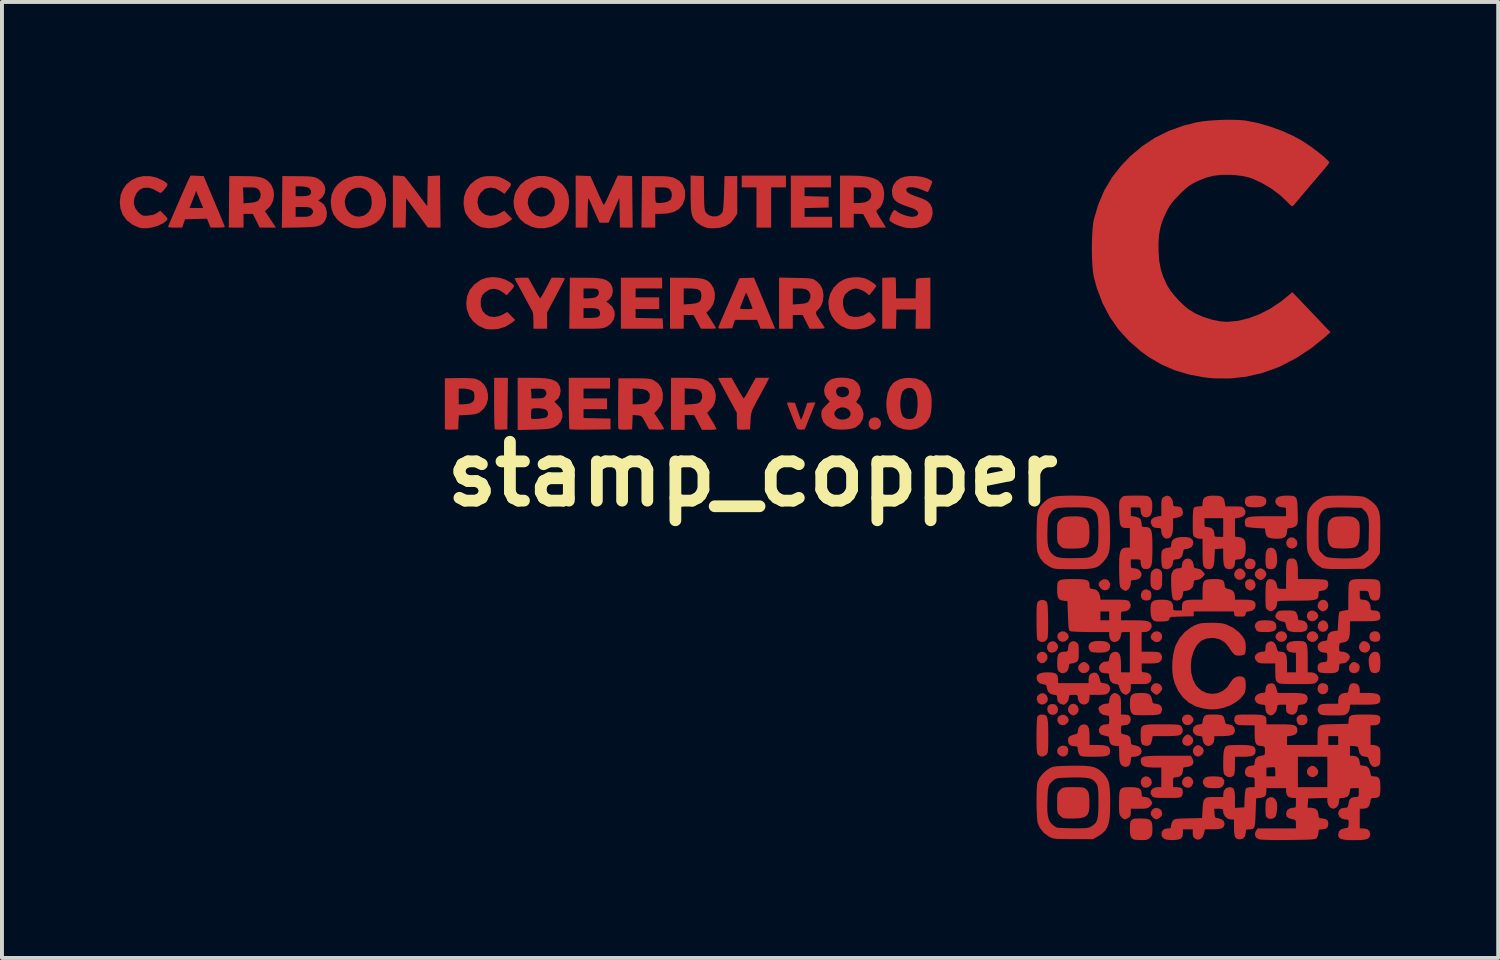
<source format=kicad_pcb>
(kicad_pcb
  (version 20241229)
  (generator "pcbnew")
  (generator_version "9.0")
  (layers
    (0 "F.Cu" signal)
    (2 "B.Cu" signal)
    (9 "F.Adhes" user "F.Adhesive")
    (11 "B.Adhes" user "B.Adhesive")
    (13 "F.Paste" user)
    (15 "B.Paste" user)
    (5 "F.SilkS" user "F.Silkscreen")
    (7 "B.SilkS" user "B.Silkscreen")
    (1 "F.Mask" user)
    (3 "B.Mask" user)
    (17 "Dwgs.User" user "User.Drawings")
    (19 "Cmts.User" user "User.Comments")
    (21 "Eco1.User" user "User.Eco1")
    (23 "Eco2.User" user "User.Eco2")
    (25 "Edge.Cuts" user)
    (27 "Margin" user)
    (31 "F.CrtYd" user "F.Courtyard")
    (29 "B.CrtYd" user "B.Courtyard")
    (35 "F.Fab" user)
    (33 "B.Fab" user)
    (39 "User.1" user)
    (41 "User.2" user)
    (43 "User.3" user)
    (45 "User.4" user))
  (footprint "stamp_copper"
    (layer "F.Cu")
    (at 16.115 9.022)
    (property "Reference" "stamp_copper" (at 0 0 0) (layer "F.SilkS") (effects (font (size 1.5 1.5) (thickness 0.3))))
    (attr board_only exclude_from_pos_files exclude_from_bom)
    (fp_poly (pts (xy 7.416 4.53) (xy 7.473 4.564) (xy 7.509 4.619) (xy 7.514 4.688) (xy 7.481 4.759) (xy 7.416 4.813) (xy 7.349 4.818) (xy 7.282 4.775) (xy 7.24 4.704) (xy 7.239 4.628) (xy 7.278 4.566) (xy 7.348 4.528)) (stroke (width 0) (type solid)) (fill yes) (layer "F.Cu"))
    (fp_poly (pts (xy 12.454 2.412) (xy 12.511 2.455) (xy 12.556 2.527) (xy 12.551 2.596) (xy 12.512 2.65) (xy 12.441 2.693) (xy 12.365 2.693) (xy 12.303 2.654) (xy 12.266 2.581) (xy 12.275 2.503) (xy 12.312 2.45) (xy 12.383 2.406)) (stroke (width 0) (type solid)) (fill yes) (layer "F.Cu"))
    (fp_poly (pts (xy 7.423 5.586) (xy 7.483 5.629) (xy 7.52 5.706) (xy 7.517 5.776) (xy 7.479 5.832) (xy 7.419 5.865) (xy 7.351 5.87) (xy 7.29 5.841) (xy 7.271 5.819) (xy 7.236 5.74) (xy 7.249 5.668) (xy 7.282 5.625) (xy 7.352 5.583)) (stroke (width 0) (type solid)) (fill yes) (layer "F.Cu"))
    (fp_poly (pts (xy 7.714 5.873) (xy 7.765 5.928) (xy 7.783 6.005) (xy 7.762 6.076) (xy 7.709 6.122) (xy 7.638 6.137) (xy 7.566 6.113) (xy 7.563 6.111) (xy 7.521 6.058) (xy 7.506 5.988) (xy 7.517 5.92) (xy 7.556 5.876) (xy 7.64 5.853)) (stroke (width 0) (type solid)) (fill yes) (layer "F.Cu"))
    (fp_poly (pts (xy 7.985 6.93) (xy 8.029 6.974) (xy 8.041 7.053) (xy 8.022 7.134) (xy 7.971 7.184) (xy 7.9 7.196) (xy 7.82 7.166) (xy 7.813 7.161) (xy 7.766 7.104) (xy 7.759 7.037) (xy 7.785 6.975) (xy 7.84 6.93) (xy 7.905 6.917)) (stroke (width 0) (type solid)) (fill yes) (layer "F.Cu"))
    (fp_poly (pts (xy 10.366 4.023) (xy 10.387 4.04) (xy 10.428 4.102) (xy 10.43 4.17) (xy 10.402 4.23) (xy 10.35 4.271) (xy 10.283 4.282) (xy 10.236 4.267) (xy 10.163 4.214) (xy 10.139 4.152) (xy 10.161 4.081) (xy 10.217 4.023) (xy 10.291 4.003)) (stroke (width 0) (type solid)) (fill yes) (layer "F.Cu"))
    (fp_poly (pts (xy 11.156 7.722) (xy 11.206 7.776) (xy 11.227 7.843) (xy 11.224 7.869) (xy 11.184 7.95) (xy 11.121 7.99) (xy 11.044 7.985) (xy 10.992 7.958) (xy 10.946 7.902) (xy 10.939 7.834) (xy 10.964 7.768) (xy 11.017 7.719) (xy 11.091 7.7)) (stroke (width 0) (type solid)) (fill yes) (layer "F.Cu"))
    (fp_poly (pts (xy 12.744 2.168) (xy 12.799 2.218) (xy 12.814 2.291) (xy 12.787 2.377) (xy 12.744 2.411) (xy 12.676 2.425) (xy 12.608 2.418) (xy 12.567 2.395) (xy 12.537 2.336) (xy 12.539 2.265) (xy 12.567 2.201) (xy 12.616 2.158) (xy 12.652 2.15)) (stroke (width 0) (type solid)) (fill yes) (layer "F.Cu"))
    (fp_poly (pts (xy 13.803 1.636) (xy 13.864 1.699) (xy 13.878 1.773) (xy 13.853 1.839) (xy 13.794 1.888) (xy 13.72 1.899) (xy 13.65 1.872) (xy 13.63 1.854) (xy 13.593 1.786) (xy 13.595 1.717) (xy 13.627 1.658) (xy 13.681 1.62) (xy 13.748 1.614)) (stroke (width 0) (type solid)) (fill yes) (layer "F.Cu"))
    (fp_poly (pts (xy 14.3 7.437) (xy 14.36 7.483) (xy 14.406 7.553) (xy 14.405 7.618) (xy 14.364 7.675) (xy 14.295 7.719) (xy 14.221 7.714) (xy 14.17 7.686) (xy 14.124 7.628) (xy 14.119 7.555) (xy 14.156 7.484) (xy 14.164 7.475) (xy 14.232 7.431)) (stroke (width 0) (type solid)) (fill yes) (layer "F.Cu"))
    (fp_poly (pts (xy 14.596 5.34) (xy 14.649 5.387) (xy 14.664 5.46) (xy 14.645 5.541) (xy 14.593 5.593) (xy 14.524 5.611) (xy 14.448 5.588) (xy 14.441 5.583) (xy 14.399 5.529) (xy 14.389 5.461) (xy 14.406 5.393) (xy 14.448 5.343) (xy 14.504 5.325)) (stroke (width 0) (type solid)) (fill yes) (layer "F.Cu"))
    (fp_poly (pts (xy 3.189 -1.429) (xy 3.245 -1.381) (xy 3.273 -1.312) (xy 3.264 -1.231) (xy 3.252 -1.205) (xy 3.196 -1.15) (xy 3.12 -1.127) (xy 3.043 -1.138) (xy 2.994 -1.171) (xy 2.958 -1.243) (xy 2.96 -1.324) (xy 2.997 -1.395) (xy 3.033 -1.423) (xy 3.115 -1.446)) (stroke (width 0) (type solid)) (fill yes) (layer "F.Cu"))
    (fp_poly (pts (xy 7.952 4.012) (xy 8.016 4.057) (xy 8.031 4.078) (xy 8.053 4.131) (xy 8.046 4.173) (xy 8.025 4.21) (xy 7.965 4.261) (xy 7.891 4.275) (xy 7.819 4.248) (xy 7.799 4.229) (xy 7.762 4.157) (xy 7.771 4.085) (xy 7.805 4.04) (xy 7.876 4.005)) (stroke (width 0) (type solid)) (fill yes) (layer "F.Cu"))
    (fp_poly (pts (xy 7.952 6.137) (xy 8.016 6.182) (xy 8.031 6.203) (xy 8.053 6.256) (xy 8.046 6.298) (xy 8.025 6.335) (xy 7.965 6.386) (xy 7.891 6.4) (xy 7.819 6.373) (xy 7.799 6.354) (xy 7.762 6.282) (xy 7.771 6.21) (xy 7.805 6.165) (xy 7.876 6.13)) (stroke (width 0) (type solid)) (fill yes) (layer "F.Cu"))
    (fp_poly (pts (xy 8.238 5.871) (xy 8.285 5.923) (xy 8.306 5.991) (xy 8.295 6.06) (xy 8.253 6.111) (xy 8.202 6.14) (xy 8.171 6.15) (xy 8.132 6.137) (xy 8.089 6.111) (xy 8.042 6.054) (xy 8.033 5.984) (xy 8.055 5.916) (xy 8.105 5.867) (xy 8.168 5.85)) (stroke (width 0) (type solid)) (fill yes) (layer "F.Cu"))
    (fp_poly (pts (xy 8.457 4.788) (xy 8.486 4.801) (xy 8.552 4.848) (xy 8.58 4.905) (xy 8.583 4.94) (xy 8.563 5.008) (xy 8.511 5.053) (xy 8.443 5.072) (xy 8.374 5.06) (xy 8.319 5.014) (xy 8.289 4.94) (xy 8.305 4.875) (xy 8.361 4.819) (xy 8.414 4.787)) (stroke (width 0) (type solid)) (fill yes) (layer "F.Cu"))
    (fp_poly (pts (xy 9.066 2.714) (xy 9.103 2.779) (xy 9.109 2.824) (xy 9.089 2.901) (xy 9.039 2.949) (xy 8.971 2.963) (xy 8.899 2.938) (xy 8.872 2.915) (xy 8.82 2.848) (xy 8.815 2.789) (xy 8.855 2.729) (xy 8.859 2.725) (xy 8.93 2.681) (xy 9.003 2.679)) (stroke (width 0) (type solid)) (fill yes) (layer "F.Cu"))
    (fp_poly (pts (xy 10.086 7.713) (xy 10.136 7.758) (xy 10.159 7.797) (xy 10.171 7.863) (xy 10.145 7.923) (xy 10.094 7.969) (xy 10.03 7.992) (xy 9.965 7.983) (xy 9.927 7.955) (xy 9.89 7.886) (xy 9.889 7.811) (xy 9.92 7.747) (xy 9.977 7.707) (xy 10.018 7.7)) (stroke (width 0) (type solid)) (fill yes) (layer "F.Cu"))
    (fp_poly (pts (xy 11.145 6.658) (xy 11.209 6.722) (xy 11.226 6.795) (xy 11.2 6.864) (xy 11.142 6.912) (xy 11.067 6.925) (xy 10.994 6.901) (xy 10.974 6.884) (xy 10.942 6.822) (xy 10.951 6.749) (xy 10.998 6.682) (xy 11.016 6.667) (xy 11.065 6.635) (xy 11.101 6.634)) (stroke (width 0) (type solid)) (fill yes) (layer "F.Cu"))
    (fp_poly (pts (xy 12.747 2.696) (xy 12.794 2.748) (xy 12.813 2.816) (xy 12.8 2.885) (xy 12.757 2.936) (xy 12.711 2.966) (xy 12.677 2.971) (xy 12.631 2.952) (xy 12.612 2.943) (xy 12.562 2.898) (xy 12.542 2.826) (xy 12.552 2.742) (xy 12.601 2.691) (xy 12.678 2.675)) (stroke (width 0) (type solid)) (fill yes) (layer "F.Cu"))
    (fp_poly (pts (xy 14.076 6.138) (xy 14.113 6.173) (xy 14.138 6.259) (xy 14.119 6.335) (xy 14.1 6.361) (xy 14.044 6.391) (xy 13.975 6.399) (xy 13.915 6.384) (xy 13.896 6.369) (xy 13.856 6.288) (xy 13.859 6.213) (xy 13.9 6.156) (xy 13.974 6.127) (xy 14.001 6.125)) (stroke (width 0) (type solid)) (fill yes) (layer "F.Cu"))
    (fp_poly (pts (xy 14.28 4.004) (xy 14.344 4.031) (xy 14.391 4.082) (xy 14.411 4.144) (xy 14.4 4.191) (xy 14.337 4.258) (xy 14.262 4.28) (xy 14.215 4.271) (xy 14.145 4.229) (xy 14.117 4.166) (xy 14.114 4.135) (xy 14.136 4.069) (xy 14.192 4.021) (xy 14.266 4.003)) (stroke (width 0) (type solid)) (fill yes) (layer "F.Cu"))
    (fp_poly (pts (xy 14.294 3.484) (xy 14.361 3.52) (xy 14.387 3.553) (xy 14.41 3.606) (xy 14.402 3.648) (xy 14.381 3.685) (xy 14.321 3.736) (xy 14.246 3.751) (xy 14.173 3.727) (xy 14.153 3.711) (xy 14.119 3.645) (xy 14.122 3.569) (xy 14.155 3.513) (xy 14.219 3.48)) (stroke (width 0) (type solid)) (fill yes) (layer "F.Cu"))
    (fp_poly (pts (xy 14.597 3.747) (xy 14.643 3.801) (xy 14.664 3.87) (xy 14.664 3.879) (xy 14.645 3.953) (xy 14.594 4.002) (xy 14.529 4.021) (xy 14.461 4.005) (xy 14.431 3.979) (xy 14.395 3.909) (xy 14.399 3.834) (xy 14.436 3.77) (xy 14.5 3.731) (xy 14.541 3.725)) (stroke (width 0) (type solid)) (fill yes) (layer "F.Cu"))
    (fp_poly (pts (xy 14.601 3.221) (xy 14.646 3.273) (xy 14.664 3.341) (xy 14.652 3.41) (xy 14.609 3.461) (xy 14.558 3.49) (xy 14.527 3.5) (xy 14.488 3.487) (xy 14.445 3.461) (xy 14.4 3.404) (xy 14.391 3.335) (xy 14.415 3.268) (xy 14.466 3.218) (xy 14.533 3.2)) (stroke (width 0) (type solid)) (fill yes) (layer "F.Cu"))
    (fp_poly (pts (xy -6.237 -1.794) (xy -6.244 -1.137) (xy -6.395 -1.13) (xy -6.478 -1.129) (xy -6.54 -1.133) (xy -6.564 -1.141) (xy -6.569 -1.169) (xy -6.573 -1.241) (xy -6.576 -1.35) (xy -6.579 -1.488) (xy -6.581 -1.648) (xy -6.581 -1.804) (xy -6.581 -2.45) (xy -6.406 -2.45) (xy -6.23 -2.45)) (stroke (width 0) (type solid)) (fill yes) (layer "F.Cu"))
    (fp_poly (pts (xy 7.694 4.269) (xy 7.72 4.285) (xy 7.771 4.342) (xy 7.782 4.411) (xy 7.76 4.477) (xy 7.709 4.528) (xy 7.633 4.55) (xy 7.627 4.55) (xy 7.569 4.539) (xy 7.538 4.519) (xy 7.502 4.444) (xy 7.505 4.367) (xy 7.542 4.302) (xy 7.582 4.275) (xy 7.644 4.257)) (stroke (width 0) (type solid)) (fill yes) (layer "F.Cu"))
    (fp_poly (pts (xy 10.367 5.351) (xy 10.417 5.402) (xy 10.435 5.469) (xy 10.417 5.515) (xy 10.374 5.568) (xy 10.322 5.611) (xy 10.285 5.625) (xy 10.255 5.611) (xy 10.205 5.577) (xy 10.201 5.573) (xy 10.147 5.512) (xy 10.141 5.447) (xy 10.174 5.381) (xy 10.231 5.335) (xy 10.3 5.327)) (stroke (width 0) (type solid)) (fill yes) (layer "F.Cu"))
    (fp_poly (pts (xy 10.368 8.526) (xy 10.418 8.575) (xy 10.435 8.639) (xy 10.419 8.707) (xy 10.367 8.758) (xy 10.343 8.771) (xy 10.298 8.793) (xy 10.267 8.794) (xy 10.23 8.771) (xy 10.201 8.748) (xy 10.147 8.687) (xy 10.141 8.621) (xy 10.174 8.556) (xy 10.231 8.511) (xy 10.3 8.503)) (stroke (width 0) (type solid)) (fill yes) (layer "F.Cu"))
    (fp_poly (pts (xy 11.147 6.137) (xy 11.197 6.182) (xy 11.203 6.19) (xy 11.23 6.242) (xy 11.227 6.285) (xy 11.209 6.322) (xy 11.154 6.376) (xy 11.082 6.397) (xy 11.011 6.381) (xy 10.978 6.355) (xy 10.939 6.283) (xy 10.941 6.212) (xy 10.98 6.156) (xy 11.05 6.127) (xy 11.074 6.125)) (stroke (width 0) (type solid)) (fill yes) (layer "F.Cu"))
    (fp_poly (pts (xy 11.371 6.909) (xy 11.405 6.926) (xy 11.473 6.985) (xy 11.493 7.054) (xy 11.464 7.128) (xy 11.458 7.136) (xy 11.393 7.188) (xy 11.322 7.196) (xy 11.256 7.158) (xy 11.252 7.154) (xy 11.214 7.081) (xy 11.219 7.005) (xy 11.266 6.941) (xy 11.276 6.933) (xy 11.329 6.906)) (stroke (width 0) (type solid)) (fill yes) (layer "F.Cu"))
    (fp_poly (pts (xy 13.531 4.014) (xy 13.586 4.055) (xy 13.613 4.122) (xy 13.613 4.138) (xy 13.593 4.21) (xy 13.542 4.257) (xy 13.474 4.276) (xy 13.404 4.261) (xy 13.347 4.21) (xy 13.346 4.21) (xy 13.319 4.158) (xy 13.322 4.115) (xy 13.34 4.078) (xy 13.394 4.023) (xy 13.462 4.003)) (stroke (width 0) (type solid)) (fill yes) (layer "F.Cu"))
    (fp_poly (pts (xy 15.645 4.276) (xy 15.65 4.278) (xy 15.707 4.326) (xy 15.729 4.392) (xy 15.72 4.46) (xy 15.682 4.517) (xy 15.618 4.548) (xy 15.594 4.55) (xy 15.526 4.534) (xy 15.482 4.504) (xy 15.444 4.431) (xy 15.454 4.353) (xy 15.49 4.3) (xy 15.538 4.261) (xy 15.582 4.254)) (stroke (width 0) (type solid)) (fill yes) (layer "F.Cu"))
    (fp_poly (pts (xy 15.908 4.011) (xy 15.951 4.039) (xy 15.982 4.098) (xy 15.989 4.171) (xy 15.97 4.234) (xy 15.961 4.245) (xy 15.908 4.269) (xy 15.836 4.273) (xy 15.769 4.257) (xy 15.74 4.237) (xy 15.713 4.173) (xy 15.715 4.1) (xy 15.745 4.041) (xy 15.755 4.033) (xy 15.831 4.003)) (stroke (width 0) (type solid)) (fill yes) (layer "F.Cu"))
    (fp_poly (pts (xy 0.851 -7.45) (xy 0.851 -7.3) (xy 0.663 -7.3) (xy 0.475 -7.3) (xy 0.475 -6.787) (xy 0.475 -6.275) (xy 0.288 -6.275) (xy 0.1 -6.275) (xy 0.1 -6.787) (xy 0.1 -7.3) (xy -0.088 -7.3) (xy -0.275 -7.3) (xy -0.275 -7.45) (xy -0.275 -7.6) (xy 0.288 -7.6) (xy 0.851 -7.6)) (stroke (width 0) (type solid)) (fill yes) (layer "F.Cu"))
    (fp_poly (pts (xy 10.042 2.939) (xy 10.101 2.964) (xy 10.129 2.981) (xy 10.152 3.026) (xy 10.159 3.094) (xy 10.149 3.16) (xy 10.13 3.195) (xy 10.074 3.221) (xy 10.001 3.221) (xy 9.936 3.196) (xy 9.924 3.186) (xy 9.891 3.125) (xy 9.892 3.056) (xy 9.919 2.993) (xy 9.966 2.948) (xy 10.027 2.936)) (stroke (width 0) (type solid)) (fill yes) (layer "F.Cu"))
    (fp_poly (pts (xy 12.992 2.417) (xy 13.038 2.45) (xy 13.075 2.504) (xy 13.088 2.55) (xy 13.071 2.604) (xy 13.038 2.65) (xy 12.983 2.687) (xy 12.938 2.7) (xy 12.883 2.683) (xy 12.838 2.65) (xy 12.8 2.596) (xy 12.788 2.55) (xy 12.805 2.496) (xy 12.838 2.45) (xy 12.892 2.413) (xy 12.938 2.4)) (stroke (width 0) (type solid)) (fill yes) (layer "F.Cu"))
    (fp_poly (pts (xy 15.337 4.788) (xy 15.388 4.812) (xy 15.445 4.853) (xy 15.465 4.907) (xy 15.465 4.924) (xy 15.445 5.006) (xy 15.392 5.058) (xy 15.318 5.074) (xy 15.235 5.048) (xy 15.234 5.048) (xy 15.197 5.001) (xy 15.188 4.933) (xy 15.207 4.864) (xy 15.251 4.811) (xy 15.251 4.811) (xy 15.297 4.787)) (stroke (width 0) (type solid)) (fill yes) (layer "F.Cu"))
    (fp_poly (pts (xy 8.964 4.259) (xy 9.05 4.288) (xy 9.097 4.338) (xy 9.109 4.398) (xy 9.097 4.467) (xy 9.057 4.513) (xy 8.983 4.539) (xy 8.868 4.55) (xy 8.827 4.55) (xy 8.715 4.546) (xy 8.642 4.535) (xy 8.6 4.513) (xy 8.598 4.511) (xy 8.568 4.457) (xy 8.558 4.4) (xy 8.575 4.329) (xy 8.627 4.282) (xy 8.719 4.257) (xy 8.834 4.25)) (stroke (width 0) (type solid)) (fill yes) (layer "F.Cu"))
    (fp_poly (pts (xy 13.272 1.892) (xy 13.32 1.943) (xy 13.349 2.034) (xy 13.361 2.158) (xy 13.355 2.284) (xy 13.325 2.369) (xy 13.268 2.415) (xy 13.205 2.425) (xy 13.139 2.416) (xy 13.093 2.395) (xy 13.093 2.395) (xy 13.077 2.353) (xy 13.066 2.269) (xy 13.063 2.161) (xy 13.069 2.032) (xy 13.089 1.945) (xy 13.127 1.895) (xy 13.184 1.876) (xy 13.202 1.875)) (stroke (width 0) (type solid)) (fill yes) (layer "F.Cu"))
    (fp_poly (pts (xy 12.932 0.558) (xy 13.023 0.585) (xy 13.074 0.631) (xy 13.088 0.689) (xy 13.072 0.763) (xy 13.023 0.813) (xy 12.935 0.841) (xy 12.805 0.85) (xy 12.802 0.85) (xy 12.69 0.846) (xy 12.618 0.834) (xy 12.577 0.811) (xy 12.577 0.811) (xy 12.547 0.757) (xy 12.537 0.7) (xy 12.548 0.63) (xy 12.584 0.585) (xy 12.652 0.56) (xy 12.761 0.55) (xy 12.796 0.55)) (stroke (width 0) (type solid)) (fill yes) (layer "F.Cu"))
    (fp_poly (pts (xy 15.916 4.536) (xy 15.957 4.573) (xy 15.981 4.642) (xy 15.99 4.752) (xy 15.991 4.8) (xy 15.987 4.914) (xy 15.976 4.987) (xy 15.956 5.03) (xy 15.951 5.036) (xy 15.885 5.07) (xy 15.806 5.067) (xy 15.757 5.044) (xy 15.731 5.001) (xy 15.709 4.925) (xy 15.696 4.832) (xy 15.692 4.739) (xy 15.701 4.663) (xy 15.741 4.582) (xy 15.806 4.534) (xy 15.853 4.525)) (stroke (width 0) (type solid)) (fill yes) (layer "F.Cu"))
    (fp_poly (pts (xy 13.194 3.732) (xy 13.274 3.754) (xy 13.321 3.795) (xy 13.339 3.85) (xy 13.339 3.925) (xy 13.312 3.977) (xy 13.251 4.008) (xy 13.151 4.023) (xy 13.062 4.025) (xy 12.961 4.023) (xy 12.897 4.017) (xy 12.858 4.002) (xy 12.832 3.977) (xy 12.827 3.969) (xy 12.791 3.89) (xy 12.804 3.818) (xy 12.838 3.775) (xy 12.874 3.748) (xy 12.925 3.732) (xy 13.004 3.726) (xy 13.071 3.725)) (stroke (width 0) (type solid)) (fill yes) (layer "F.Cu"))
    (fp_poly (pts (xy 11.85 7.704) (xy 11.93 7.717) (xy 11.966 7.731) (xy 12.012 7.796) (xy 12.015 7.873) (xy 11.983 7.937) (xy 11.952 7.97) (xy 11.916 7.989) (xy 11.859 7.998) (xy 11.769 8) (xy 11.748 8) (xy 11.648 7.998) (xy 11.584 7.989) (xy 11.541 7.971) (xy 11.512 7.945) (xy 11.468 7.873) (xy 11.473 7.804) (xy 11.511 7.75) (xy 11.548 7.723) (xy 11.599 7.707) (xy 11.679 7.701) (xy 11.744 7.7)) (stroke (width 0) (type solid)) (fill yes) (layer "F.Cu"))
    (fp_poly (pts (xy 13.252 8.235) (xy 13.313 8.282) (xy 13.353 8.364) (xy 13.354 8.365) (xy 13.362 8.439) (xy 13.36 8.53) (xy 13.349 8.622) (xy 13.331 8.697) (xy 13.311 8.736) (xy 13.235 8.781) (xy 13.157 8.78) (xy 13.118 8.761) (xy 13.091 8.737) (xy 13.074 8.703) (xy 13.066 8.648) (xy 13.063 8.56) (xy 13.063 8.515) (xy 13.065 8.406) (xy 13.073 8.336) (xy 13.088 8.292) (xy 13.109 8.266) (xy 13.18 8.229)) (stroke (width 0) (type solid)) (fill yes) (layer "F.Cu"))
    (fp_poly (pts (xy 10.326 2.41) (xy 10.38 2.439) (xy 10.408 2.464) (xy 10.425 2.5) (xy 10.433 2.557) (xy 10.435 2.65) (xy 10.435 2.672) (xy 10.431 2.783) (xy 10.419 2.866) (xy 10.404 2.905) (xy 10.339 2.955) (xy 10.264 2.957) (xy 10.201 2.924) (xy 10.167 2.892) (xy 10.147 2.857) (xy 10.138 2.803) (xy 10.135 2.717) (xy 10.135 2.687) (xy 10.137 2.586) (xy 10.146 2.522) (xy 10.164 2.48) (xy 10.19 2.451) (xy 10.258 2.407)) (stroke (width 0) (type solid)) (fill yes) (layer "F.Cu"))
    (fp_poly (pts (xy -2.302 -4.862) (xy -2.302 -4.725) (xy -2.64 -4.725) (xy -2.978 -4.725) (xy -2.978 -4.612) (xy -2.978 -4.5) (xy -2.678 -4.5) (xy -2.377 -4.5) (xy -2.377 -4.35) (xy -2.377 -4.2) (xy -2.678 -4.2) (xy -2.978 -4.2) (xy -2.978 -4.088) (xy -2.978 -3.976) (xy -2.634 -3.969) (xy -2.29 -3.962) (xy -2.282 -3.831) (xy -2.275 -3.7) (xy -2.814 -3.7) (xy -3.353 -3.7) (xy -3.353 -4.35) (xy -3.353 -5) (xy -2.828 -5) (xy -2.302 -5)) (stroke (width 0) (type solid)) (fill yes) (layer "F.Cu"))
    (fp_poly (pts (xy 2.002 -7.45) (xy 2.002 -7.3) (xy 1.664 -7.3) (xy 1.326 -7.3) (xy 1.326 -7.188) (xy 1.326 -7.077) (xy 1.633 -7.07) (xy 1.939 -7.062) (xy 1.939 -6.925) (xy 1.939 -6.787) (xy 1.633 -6.78) (xy 1.326 -6.773) (xy 1.326 -6.662) (xy 1.326 -6.55) (xy 1.677 -6.55) (xy 2.027 -6.55) (xy 2.027 -6.412) (xy 2.027 -6.275) (xy 1.501 -6.275) (xy 0.976 -6.275) (xy 0.976 -6.938) (xy 0.976 -7.6) (xy 1.489 -7.6) (xy 2.002 -7.6)) (stroke (width 0) (type solid)) (fill yes) (layer "F.Cu"))
    (fp_poly (pts (xy -9.022 -7.597) (xy -8.942 -7.591) (xy -8.883 -7.583) (xy -8.864 -7.577) (xy -8.843 -7.553) (xy -8.797 -7.496) (xy -8.731 -7.412) (xy -8.651 -7.307) (xy -8.563 -7.191) (xy -8.284 -6.819) (xy -8.278 -7.203) (xy -8.271 -7.588) (xy -8.115 -7.595) (xy -7.959 -7.602) (xy -7.952 -6.939) (xy -7.945 -6.275) (xy -8.108 -6.276) (xy -8.271 -6.278) (xy -8.546 -6.651) (xy -8.821 -7.024) (xy -8.828 -6.649) (xy -8.835 -6.275) (xy -8.997 -6.275) (xy -9.159 -6.275) (xy -9.159 -6.939) (xy -9.159 -7.603)) (stroke (width 0) (type solid)) (fill yes) (layer "F.Cu"))
    (fp_poly (pts (xy 9.887 8.772) (xy 10.013 8.778) (xy 10.099 8.797) (xy 10.15 8.835) (xy 10.176 8.901) (xy 10.185 9.001) (xy 10.185 9.041) (xy 10.182 9.135) (xy 10.17 9.196) (xy 10.145 9.24) (xy 10.124 9.264) (xy 10.081 9.298) (xy 10.033 9.317) (xy 9.96 9.323) (xy 9.905 9.323) (xy 9.816 9.32) (xy 9.744 9.314) (xy 9.71 9.308) (xy 9.659 9.276) (xy 9.627 9.218) (xy 9.612 9.126) (xy 9.609 9.037) (xy 9.613 8.92) (xy 9.628 8.843) (xy 9.664 8.798) (xy 9.729 8.777) (xy 9.832 8.772)) (stroke (width 0) (type solid)) (fill yes) (layer "F.Cu"))
    (fp_poly (pts (xy 7.423 6.129) (xy 7.463 6.144) (xy 7.493 6.177) (xy 7.512 6.234) (xy 7.524 6.32) (xy 7.53 6.443) (xy 7.532 6.608) (xy 7.532 6.668) (xy 7.532 6.826) (xy 7.53 6.942) (xy 7.526 7.023) (xy 7.52 7.077) (xy 7.509 7.113) (xy 7.494 7.138) (xy 7.482 7.15) (xy 7.411 7.193) (xy 7.335 7.193) (xy 7.274 7.154) (xy 7.258 7.131) (xy 7.247 7.095) (xy 7.24 7.038) (xy 7.235 6.954) (xy 7.233 6.835) (xy 7.232 6.674) (xy 7.232 6.665) (xy 7.234 6.506) (xy 7.238 6.37) (xy 7.244 6.263) (xy 7.252 6.194) (xy 7.258 6.173) (xy 7.303 6.135) (xy 7.369 6.125)) (stroke (width 0) (type solid)) (fill yes) (layer "F.Cu"))
    (fp_poly (pts (xy 7.433 3.214) (xy 7.471 3.235) (xy 7.489 3.252) (xy 7.502 3.277) (xy 7.511 3.319) (xy 7.518 3.384) (xy 7.522 3.48) (xy 7.526 3.615) (xy 7.528 3.709) (xy 7.529 3.895) (xy 7.527 4.04) (xy 7.52 4.141) (xy 7.51 4.195) (xy 7.508 4.198) (xy 7.452 4.262) (xy 7.379 4.281) (xy 7.333 4.271) (xy 7.279 4.242) (xy 7.252 4.218) (xy 7.246 4.184) (xy 7.24 4.109) (xy 7.236 4.001) (xy 7.233 3.869) (xy 7.233 3.735) (xy 7.233 3.572) (xy 7.234 3.452) (xy 7.238 3.368) (xy 7.245 3.311) (xy 7.254 3.274) (xy 7.268 3.251) (xy 7.278 3.241) (xy 7.352 3.204)) (stroke (width 0) (type solid)) (fill yes) (layer "F.Cu"))
    (fp_poly (pts (xy -3.629 -2.312) (xy -3.629 -2.175) (xy -3.966 -2.175) (xy -4.304 -2.175) (xy -4.304 -2.05) (xy -4.304 -1.925) (xy -4.004 -1.925) (xy -3.704 -1.925) (xy -3.704 -1.788) (xy -3.704 -1.65) (xy -4.004 -1.65) (xy -4.304 -1.65) (xy -4.304 -1.538) (xy -4.304 -1.426) (xy -3.96 -1.419) (xy -3.616 -1.413) (xy -3.616 -1.275) (xy -3.616 -1.137) (xy -4.131 -1.131) (xy -4.286 -1.13) (xy -4.425 -1.13) (xy -4.538 -1.132) (xy -4.619 -1.135) (xy -4.66 -1.14) (xy -4.662 -1.141) (xy -4.667 -1.17) (xy -4.671 -1.242) (xy -4.675 -1.35) (xy -4.677 -1.488) (xy -4.679 -1.648) (xy -4.68 -1.804) (xy -4.68 -2.45) (xy -4.154 -2.45) (xy -3.629 -2.45)) (stroke (width 0) (type solid)) (fill yes) (layer "F.Cu"))
    (fp_poly (pts (xy 3.617 -5.006) (xy 3.643 -5.002) (xy 3.648 -4.974) (xy 3.651 -4.907) (xy 3.653 -4.813) (xy 3.654 -4.733) (xy 3.654 -4.475) (xy 3.904 -4.475) (xy 4.154 -4.475) (xy 4.157 -4.7) (xy 4.159 -4.804) (xy 4.161 -4.89) (xy 4.163 -4.945) (xy 4.163 -4.956) (xy 4.189 -4.976) (xy 4.262 -4.989) (xy 4.348 -4.995) (xy 4.529 -5.002) (xy 4.529 -4.351) (xy 4.529 -3.7) (xy 4.34 -3.7) (xy 4.151 -3.7) (xy 4.156 -3.944) (xy 4.161 -4.188) (xy 3.914 -4.188) (xy 3.666 -4.188) (xy 3.659 -3.944) (xy 3.652 -3.7) (xy 3.478 -3.7) (xy 3.303 -3.7) (xy 3.303 -4.348) (xy 3.303 -4.996) (xy 3.468 -5.004) (xy 3.553 -5.007)) (stroke (width 0) (type solid)) (fill yes) (layer "F.Cu"))
    (fp_poly (pts (xy 10.012 5.581) (xy 10.091 5.602) (xy 10.14 5.646) (xy 10.169 5.717) (xy 10.177 5.759) (xy 10.191 5.82) (xy 10.218 5.845) (xy 10.272 5.85) (xy 10.357 5.87) (xy 10.413 5.921) (xy 10.433 5.991) (xy 10.412 6.07) (xy 10.4 6.089) (xy 10.38 6.11) (xy 10.349 6.124) (xy 10.297 6.133) (xy 10.217 6.139) (xy 10.099 6.142) (xy 10.056 6.143) (xy 9.934 6.144) (xy 9.828 6.142) (xy 9.75 6.138) (xy 9.71 6.133) (xy 9.71 6.132) (xy 9.66 6.098) (xy 9.629 6.04) (xy 9.614 5.949) (xy 9.61 5.856) (xy 9.615 5.734) (xy 9.636 5.653) (xy 9.681 5.605) (xy 9.758 5.582) (xy 9.875 5.575) (xy 9.893 5.575)) (stroke (width 0) (type solid)) (fill yes) (layer "F.Cu"))
    (fp_poly (pts (xy 12.576 6.903) (xy 12.684 6.915) (xy 12.755 6.937) (xy 12.795 6.973) (xy 12.811 7.024) (xy 12.813 7.048) (xy 12.803 7.113) (xy 12.768 7.158) (xy 12.702 7.185) (xy 12.599 7.198) (xy 12.504 7.2) (xy 12.287 7.2) (xy 12.287 7.423) (xy 12.285 7.542) (xy 12.276 7.62) (xy 12.261 7.668) (xy 12.248 7.686) (xy 12.181 7.721) (xy 12.104 7.716) (xy 12.037 7.675) (xy 12.015 7.648) (xy 12 7.612) (xy 11.992 7.556) (xy 11.988 7.472) (xy 11.987 7.349) (xy 11.987 7.339) (xy 11.99 7.181) (xy 12.001 7.066) (xy 12.02 6.988) (xy 12.051 6.94) (xy 12.093 6.916) (xy 12.096 6.915) (xy 12.142 6.909) (xy 12.226 6.904) (xy 12.333 6.901) (xy 12.425 6.9)) (stroke (width 0) (type solid)) (fill yes) (layer "F.Cu"))
    (fp_poly (pts (xy 1.598 -1.822) (xy 1.601 -1.82) (xy 1.592 -1.796) (xy 1.568 -1.733) (xy 1.532 -1.641) (xy 1.486 -1.527) (xy 1.465 -1.475) (xy 1.33 -1.137) (xy 1.242 -1.13) (xy 1.173 -1.133) (xy 1.134 -1.161) (xy 1.129 -1.17) (xy 1.111 -1.21) (xy 1.08 -1.283) (xy 1.042 -1.377) (xy 1 -1.483) (xy 0.958 -1.59) (xy 0.921 -1.686) (xy 0.893 -1.762) (xy 0.877 -1.807) (xy 0.876 -1.813) (xy 0.898 -1.821) (xy 0.954 -1.822) (xy 0.979 -1.82) (xy 1.082 -1.812) (xy 1.153 -1.603) (xy 1.186 -1.508) (xy 1.213 -1.433) (xy 1.231 -1.389) (xy 1.235 -1.383) (xy 1.247 -1.4) (xy 1.27 -1.455) (xy 1.301 -1.538) (xy 1.319 -1.592) (xy 1.393 -1.812) (xy 1.497 -1.82) (xy 1.561 -1.823)) (stroke (width 0) (type solid)) (fill yes) (layer "F.Cu"))
    (fp_poly (pts (xy 8.401 1.096) (xy 8.487 1.139) (xy 8.543 1.211) (xy 8.573 1.317) (xy 8.583 1.462) (xy 8.583 1.499) (xy 8.578 1.644) (xy 8.556 1.75) (xy 8.512 1.823) (xy 8.44 1.868) (xy 8.332 1.892) (xy 8.183 1.9) (xy 8.142 1.9) (xy 8.031 1.899) (xy 7.957 1.895) (xy 7.908 1.884) (xy 7.872 1.864) (xy 7.836 1.832) (xy 7.831 1.827) (xy 7.798 1.792) (xy 7.777 1.759) (xy 7.765 1.715) (xy 7.759 1.649) (xy 7.758 1.55) (xy 7.758 1.494) (xy 7.758 1.377) (xy 7.761 1.299) (xy 7.77 1.248) (xy 7.787 1.212) (xy 7.815 1.18) (xy 7.834 1.161) (xy 7.878 1.124) (xy 7.922 1.101) (xy 7.982 1.088) (xy 8.072 1.081) (xy 8.113 1.079) (xy 8.278 1.078)) (stroke (width 0) (type solid)) (fill yes) (layer "F.Cu"))
    (fp_poly (pts (xy 15.239 1.082) (xy 15.31 1.099) (xy 15.365 1.13) (xy 15.405 1.167) (xy 15.433 1.202) (xy 15.451 1.242) (xy 15.461 1.297) (xy 15.465 1.38) (xy 15.465 1.467) (xy 15.46 1.617) (xy 15.443 1.726) (xy 15.412 1.801) (xy 15.363 1.851) (xy 15.328 1.87) (xy 15.27 1.884) (xy 15.177 1.893) (xy 15.067 1.898) (xy 14.953 1.896) (xy 14.854 1.89) (xy 14.783 1.878) (xy 14.772 1.875) (xy 14.71 1.832) (xy 14.669 1.759) (xy 14.647 1.65) (xy 14.642 1.499) (xy 14.643 1.46) (xy 14.649 1.348) (xy 14.656 1.274) (xy 14.67 1.225) (xy 14.693 1.187) (xy 14.721 1.157) (xy 14.76 1.122) (xy 14.802 1.101) (xy 14.859 1.088) (xy 14.947 1.081) (xy 15.003 1.079) (xy 15.141 1.076)) (stroke (width 0) (type solid)) (fill yes) (layer "F.Cu"))
    (fp_poly (pts (xy 10.427 6.375) (xy 10.59 6.375) (xy 10.709 6.377) (xy 10.794 6.381) (xy 10.851 6.388) (xy 10.887 6.398) (xy 10.91 6.412) (xy 10.919 6.421) (xy 10.956 6.491) (xy 10.954 6.567) (xy 10.914 6.629) (xy 10.905 6.636) (xy 10.869 6.653) (xy 10.813 6.665) (xy 10.729 6.671) (xy 10.608 6.675) (xy 10.521 6.675) (xy 10.192 6.675) (xy 10.177 6.765) (xy 10.159 6.835) (xy 10.136 6.886) (xy 10.133 6.89) (xy 10.081 6.919) (xy 10.01 6.922) (xy 9.943 6.901) (xy 9.924 6.886) (xy 9.902 6.847) (xy 9.889 6.779) (xy 9.885 6.672) (xy 9.885 6.652) (xy 9.885 6.561) (xy 9.891 6.493) (xy 9.908 6.444) (xy 9.943 6.41) (xy 10.002 6.39) (xy 10.091 6.38) (xy 10.216 6.376) (xy 10.383 6.375)) (stroke (width 0) (type solid)) (fill yes) (layer "F.Cu"))
    (fp_poly (pts (xy 8.206 4.262) (xy 8.243 4.283) (xy 8.275 4.307) (xy 8.294 4.336) (xy 8.304 4.382) (xy 8.308 4.457) (xy 8.308 4.537) (xy 8.307 4.642) (xy 8.301 4.708) (xy 8.288 4.749) (xy 8.266 4.776) (xy 8.253 4.786) (xy 8.184 4.816) (xy 8.127 4.825) (xy 8.077 4.833) (xy 8.059 4.866) (xy 8.058 4.894) (xy 8.04 4.98) (xy 7.993 5.042) (xy 7.929 5.073) (xy 7.859 5.07) (xy 7.799 5.029) (xy 7.775 4.987) (xy 7.762 4.917) (xy 7.758 4.81) (xy 7.758 4.796) (xy 7.764 4.674) (xy 7.785 4.593) (xy 7.827 4.547) (xy 7.894 4.527) (xy 7.94 4.525) (xy 7.997 4.522) (xy 8.024 4.504) (xy 8.035 4.457) (xy 8.038 4.42) (xy 8.051 4.343) (xy 8.082 4.297) (xy 8.111 4.277) (xy 8.164 4.255)) (stroke (width 0) (type solid)) (fill yes) (layer "F.Cu"))
    (fp_poly (pts (xy 13.706 3.476) (xy 13.772 3.482) (xy 13.813 3.495) (xy 13.84 3.517) (xy 13.85 3.531) (xy 13.88 3.599) (xy 13.889 3.656) (xy 13.894 3.703) (xy 13.921 3.722) (xy 13.975 3.725) (xy 14.054 3.745) (xy 14.11 3.796) (xy 14.138 3.864) (xy 14.132 3.937) (xy 14.1 3.986) (xy 14.049 4.01) (xy 13.966 4.024) (xy 13.867 4.028) (xy 13.767 4.023) (xy 13.684 4.007) (xy 13.633 3.983) (xy 13.632 3.981) (xy 13.602 3.926) (xy 13.584 3.854) (xy 13.584 3.851) (xy 13.573 3.793) (xy 13.544 3.766) (xy 13.488 3.757) (xy 13.412 3.733) (xy 13.349 3.688) (xy 13.315 3.632) (xy 13.313 3.615) (xy 13.326 3.574) (xy 13.352 3.531) (xy 13.376 3.503) (xy 13.41 3.486) (xy 13.464 3.478) (xy 13.551 3.475) (xy 13.601 3.475)) (stroke (width 0) (type solid)) (fill yes) (layer "F.Cu"))
    (fp_poly (pts (xy 9.747 7.98) (xy 9.832 7.998) (xy 9.882 8.034) (xy 9.906 8.091) (xy 9.91 8.146) (xy 9.914 8.199) (xy 9.939 8.221) (xy 9.996 8.225) (xy 10.076 8.241) (xy 10.133 8.291) (xy 10.174 8.35) (xy 10.179 8.393) (xy 10.147 8.44) (xy 10.124 8.464) (xy 10.089 8.494) (xy 10.049 8.512) (xy 9.993 8.521) (xy 9.906 8.525) (xy 9.848 8.525) (xy 9.634 8.525) (xy 9.634 8.624) (xy 9.628 8.694) (xy 9.603 8.735) (xy 9.561 8.762) (xy 9.501 8.791) (xy 9.463 8.794) (xy 9.426 8.769) (xy 9.396 8.739) (xy 9.369 8.71) (xy 9.352 8.678) (xy 9.341 8.633) (xy 9.336 8.566) (xy 9.334 8.464) (xy 9.334 8.382) (xy 9.336 8.231) (xy 9.343 8.123) (xy 9.361 8.05) (xy 9.396 8.007) (xy 9.451 7.984) (xy 9.533 7.976) (xy 9.62 7.975)) (stroke (width 0) (type solid)) (fill yes) (layer "F.Cu"))
    (fp_poly (pts (xy 8.298 7.976) (xy 8.379 7.979) (xy 8.432 7.987) (xy 8.468 8.002) (xy 8.497 8.026) (xy 8.51 8.039) (xy 8.54 8.077) (xy 8.559 8.121) (xy 8.571 8.185) (xy 8.578 8.28) (xy 8.58 8.328) (xy 8.58 8.487) (xy 8.564 8.604) (xy 8.524 8.685) (xy 8.456 8.736) (xy 8.352 8.764) (xy 8.207 8.774) (xy 8.145 8.775) (xy 8.033 8.774) (xy 7.958 8.77) (xy 7.909 8.76) (xy 7.873 8.74) (xy 7.837 8.708) (xy 7.831 8.702) (xy 7.798 8.667) (xy 7.776 8.633) (xy 7.764 8.588) (xy 7.759 8.522) (xy 7.758 8.421) (xy 7.758 8.375) (xy 7.758 8.259) (xy 7.762 8.182) (xy 7.771 8.131) (xy 7.789 8.095) (xy 7.818 8.061) (xy 7.831 8.048) (xy 7.865 8.016) (xy 7.897 7.995) (xy 7.94 7.983) (xy 8.003 7.977) (xy 8.098 7.975) (xy 8.177 7.975)) (stroke (width 0) (type solid)) (fill yes) (layer "F.Cu"))
    (fp_poly (pts (xy 11.143 1.625) (xy 11.2 1.667) (xy 11.222 1.713) (xy 11.221 1.798) (xy 11.179 1.863) (xy 11.1 1.9) (xy 11.068 1.905) (xy 11.005 1.914) (xy 10.977 1.938) (xy 10.966 1.992) (xy 10.965 2) (xy 10.939 2.098) (xy 10.881 2.156) (xy 10.794 2.175) (xy 10.737 2.18) (xy 10.714 2.203) (xy 10.711 2.244) (xy 10.691 2.338) (xy 10.637 2.4) (xy 10.555 2.425) (xy 10.547 2.425) (xy 10.472 2.411) (xy 10.436 2.377) (xy 10.423 2.329) (xy 10.414 2.247) (xy 10.41 2.15) (xy 10.41 2.141) (xy 10.412 2.042) (xy 10.419 1.98) (xy 10.435 1.942) (xy 10.463 1.916) (xy 10.466 1.914) (xy 10.535 1.884) (xy 10.591 1.875) (xy 10.641 1.868) (xy 10.659 1.835) (xy 10.66 1.803) (xy 10.677 1.714) (xy 10.728 1.654) (xy 10.818 1.618) (xy 10.914 1.605) (xy 11.049 1.605)) (stroke (width 0) (type solid)) (fill yes) (layer "F.Cu"))
    (fp_poly (pts (xy -1.408 -7.595) (xy -1.239 -7.588) (xy -1.235 -7.153) (xy -1.233 -6.992) (xy -1.23 -6.874) (xy -1.224 -6.79) (xy -1.216 -6.732) (xy -1.205 -6.692) (xy -1.188 -6.661) (xy -1.182 -6.653) (xy -1.11 -6.591) (xy -1.018 -6.561) (xy -0.92 -6.563) (xy -0.832 -6.595) (xy -0.769 -6.659) (xy -0.769 -6.66) (xy -0.756 -6.707) (xy -0.744 -6.801) (xy -0.735 -6.935) (xy -0.727 -7.105) (xy -0.726 -7.15) (xy -0.713 -7.588) (xy -0.551 -7.588) (xy -0.388 -7.588) (xy -0.388 -7.11) (xy -0.388 -6.633) (xy -0.463 -6.512) (xy -0.561 -6.394) (xy -0.687 -6.314) (xy -0.845 -6.27) (xy -0.945 -6.26) (xy -1.042 -6.258) (xy -1.127 -6.263) (xy -1.176 -6.272) (xy -1.308 -6.329) (xy -1.416 -6.402) (xy -1.444 -6.429) (xy -1.488 -6.482) (xy -1.521 -6.538) (xy -1.545 -6.605) (xy -1.561 -6.691) (xy -1.571 -6.804) (xy -1.575 -6.952) (xy -1.577 -7.138) (xy -1.577 -7.602)) (stroke (width 0) (type solid)) (fill yes) (layer "F.Cu"))
    (fp_poly (pts (xy 8.497 6.385) (xy 8.541 6.419) (xy 8.569 6.485) (xy 8.581 6.589) (xy 8.583 6.683) (xy 8.583 6.9) (xy 8.791 6.9) (xy 8.929 6.906) (xy 9.024 6.925) (xy 9.081 6.961) (xy 9.106 7.016) (xy 9.109 7.048) (xy 9.103 7.104) (xy 9.082 7.145) (xy 9.038 7.172) (xy 8.964 7.189) (xy 8.855 7.198) (xy 8.703 7.2) (xy 8.689 7.2) (xy 8.555 7.2) (xy 8.462 7.197) (xy 8.401 7.192) (xy 8.363 7.181) (xy 8.339 7.165) (xy 8.322 7.144) (xy 8.293 7.078) (xy 8.283 7.011) (xy 8.278 6.959) (xy 8.254 6.937) (xy 8.197 6.933) (xy 8.105 6.918) (xy 8.051 6.871) (xy 8.033 6.791) (xy 8.033 6.787) (xy 8.043 6.717) (xy 8.079 6.673) (xy 8.152 6.645) (xy 8.189 6.637) (xy 8.252 6.62) (xy 8.278 6.593) (xy 8.283 6.553) (xy 8.302 6.466) (xy 8.351 6.403) (xy 8.422 6.375) (xy 8.431 6.375)) (stroke (width 0) (type solid)) (fill yes) (layer "F.Cu"))
    (fp_poly (pts (xy -3.248 -7.595) (xy -3.066 -7.588) (xy -3.059 -6.931) (xy -3.052 -6.275) (xy -3.215 -6.275) (xy -3.377 -6.275) (xy -3.384 -6.655) (xy -3.391 -7.035) (xy -3.527 -6.718) (xy -3.664 -6.4) (xy -3.781 -6.4) (xy -3.897 -6.4) (xy -4.012 -6.656) (xy -4.062 -6.768) (xy -4.107 -6.87) (xy -4.142 -6.95) (xy -4.159 -6.987) (xy -4.171 -7.011) (xy -4.18 -7.013) (xy -4.187 -6.987) (xy -4.192 -6.929) (xy -4.195 -6.833) (xy -4.198 -6.692) (xy -4.199 -6.669) (xy -4.205 -6.275) (xy -4.355 -6.275) (xy -4.504 -6.275) (xy -4.504 -6.939) (xy -4.504 -7.602) (xy -4.316 -7.595) (xy -4.128 -7.588) (xy -3.967 -7.228) (xy -3.911 -7.104) (xy -3.861 -6.997) (xy -3.823 -6.915) (xy -3.798 -6.865) (xy -3.792 -6.855) (xy -3.776 -6.87) (xy -3.747 -6.92) (xy -3.709 -6.996) (xy -3.702 -7.013) (xy -3.653 -7.12) (xy -3.594 -7.248) (xy -3.537 -7.372) (xy -3.527 -7.393) (xy -3.431 -7.602)) (stroke (width 0) (type solid)) (fill yes) (layer "F.Cu"))
    (fp_poly (pts (xy -2.465 -7.587) (xy -2.31 -7.586) (xy -2.194 -7.581) (xy -2.107 -7.571) (xy -2.039 -7.556) (xy -1.996 -7.542) (xy -1.866 -7.468) (xy -1.774 -7.364) (xy -1.723 -7.234) (xy -1.714 -7.084) (xy -1.727 -7) (xy -1.78 -6.86) (xy -1.87 -6.753) (xy -1.997 -6.678) (xy -2.161 -6.636) (xy -2.326 -6.625) (xy -2.477 -6.625) (xy -2.477 -6.45) (xy -2.477 -6.275) (xy -2.653 -6.275) (xy -2.829 -6.275) (xy -2.822 -6.931) (xy -2.818 -7.3) (xy -2.477 -7.3) (xy -2.477 -7.117) (xy -2.475 -7.025) (xy -2.47 -6.954) (xy -2.462 -6.918) (xy -2.461 -6.917) (xy -2.419 -6.903) (xy -2.346 -6.902) (xy -2.257 -6.913) (xy -2.196 -6.926) (xy -2.129 -6.955) (xy -2.082 -6.992) (xy -2.077 -6.999) (xy -2.053 -7.089) (xy -2.066 -7.181) (xy -2.103 -7.245) (xy -2.141 -7.276) (xy -2.191 -7.293) (xy -2.27 -7.3) (xy -2.316 -7.3) (xy -2.477 -7.3) (xy -2.818 -7.3) (xy -2.815 -7.588)) (stroke (width 0) (type solid)) (fill yes) (layer "F.Cu"))
    (fp_poly (pts (xy -5.567 -4.737) (xy -5.51 -4.636) (xy -5.461 -4.553) (xy -5.426 -4.496) (xy -5.408 -4.475) (xy -5.408 -4.475) (xy -5.391 -4.496) (xy -5.357 -4.553) (xy -5.309 -4.637) (xy -5.255 -4.738) (xy -5.118 -5) (xy -4.949 -5) (xy -4.864 -4.997) (xy -4.804 -4.991) (xy -4.78 -4.981) (xy -4.78 -4.981) (xy -4.791 -4.954) (xy -4.823 -4.89) (xy -4.87 -4.797) (xy -4.931 -4.681) (xy -5.001 -4.549) (xy -5.005 -4.54) (xy -5.23 -4.118) (xy -5.23 -3.909) (xy -5.23 -3.7) (xy -5.405 -3.7) (xy -5.58 -3.7) (xy -5.58 -3.907) (xy -5.585 -4.035) (xy -5.599 -4.125) (xy -5.614 -4.163) (xy -5.639 -4.204) (xy -5.681 -4.279) (xy -5.734 -4.376) (xy -5.787 -4.475) (xy -5.849 -4.591) (xy -5.91 -4.704) (xy -5.961 -4.797) (xy -5.991 -4.85) (xy -6.028 -4.917) (xy -6.051 -4.967) (xy -6.056 -4.981) (xy -6.033 -4.991) (xy -5.973 -4.997) (xy -5.888 -5) (xy -5.884 -5) (xy -5.711 -5)) (stroke (width 0) (type solid)) (fill yes) (layer "F.Cu"))
    (fp_poly (pts (xy 11.161 2.173) (xy 11.212 2.232) (xy 11.236 2.315) (xy 11.236 2.329) (xy 11.242 2.375) (xy 11.271 2.396) (xy 11.327 2.405) (xy 11.414 2.429) (xy 11.47 2.481) (xy 11.521 2.55) (xy 11.47 2.619) (xy 11.405 2.676) (xy 11.327 2.695) (xy 11.267 2.704) (xy 11.241 2.728) (xy 11.236 2.78) (xy 11.236 2.785) (xy 11.214 2.873) (xy 11.154 2.94) (xy 11.068 2.973) (xy 11.041 2.975) (xy 10.986 2.98) (xy 10.965 3.005) (xy 10.961 3.059) (xy 10.941 3.146) (xy 10.885 3.204) (xy 10.805 3.225) (xy 10.743 3.21) (xy 10.707 3.184) (xy 10.693 3.143) (xy 10.68 3.065) (xy 10.67 2.962) (xy 10.663 2.847) (xy 10.66 2.732) (xy 10.661 2.63) (xy 10.667 2.555) (xy 10.671 2.537) (xy 10.713 2.454) (xy 10.787 2.408) (xy 10.85 2.4) (xy 10.908 2.396) (xy 10.931 2.373) (xy 10.936 2.317) (xy 10.936 2.316) (xy 10.956 2.229) (xy 11.012 2.17) (xy 11.093 2.15)) (stroke (width 0) (type solid)) (fill yes) (layer "F.Cu"))
    (fp_poly (pts (xy 11.864 6.128) (xy 11.94 6.14) (xy 11.987 6.166) (xy 12.013 6.213) (xy 12.029 6.285) (xy 12.043 6.345) (xy 12.071 6.37) (xy 12.124 6.375) (xy 12.21 6.396) (xy 12.267 6.453) (xy 12.287 6.532) (xy 12.273 6.594) (xy 12.229 6.637) (xy 12.148 6.663) (xy 12.025 6.674) (xy 11.969 6.675) (xy 11.762 6.675) (xy 11.762 6.759) (xy 11.743 6.839) (xy 11.696 6.896) (xy 11.632 6.925) (xy 11.564 6.92) (xy 11.505 6.876) (xy 11.5 6.869) (xy 11.47 6.801) (xy 11.461 6.744) (xy 11.454 6.694) (xy 11.42 6.676) (xy 11.392 6.675) (xy 11.303 6.657) (xy 11.239 6.608) (xy 11.211 6.537) (xy 11.211 6.527) (xy 11.233 6.448) (xy 11.293 6.395) (xy 11.381 6.375) (xy 11.382 6.375) (xy 11.437 6.369) (xy 11.458 6.344) (xy 11.461 6.306) (xy 11.476 6.231) (xy 11.5 6.181) (xy 11.525 6.153) (xy 11.558 6.136) (xy 11.613 6.128) (xy 11.7 6.125) (xy 11.747 6.125)) (stroke (width 0) (type solid)) (fill yes) (layer "F.Cu"))
    (fp_poly (pts (xy -12.963 -7.587) (xy -12.785 -7.584) (xy -12.648 -7.576) (xy -12.543 -7.56) (xy -12.46 -7.535) (xy -12.39 -7.498) (xy -12.333 -7.455) (xy -12.248 -7.353) (xy -12.199 -7.228) (xy -12.186 -7.093) (xy -12.209 -6.96) (xy -12.27 -6.84) (xy -12.328 -6.775) (xy -12.418 -6.697) (xy -12.277 -6.486) (xy -12.137 -6.275) (xy -12.344 -6.275) (xy -12.551 -6.275) (xy -12.638 -6.45) (xy -12.725 -6.624) (xy -12.844 -6.625) (xy -12.963 -6.625) (xy -12.963 -6.45) (xy -12.963 -6.275) (xy -13.151 -6.275) (xy -13.339 -6.275) (xy -13.332 -6.931) (xy -13.329 -7.3) (xy -12.979 -7.3) (xy -12.973 -7.219) (xy -12.969 -7.143) (xy -12.966 -7.048) (xy -12.965 -7.015) (xy -12.963 -6.893) (xy -12.797 -6.906) (xy -12.683 -6.922) (xy -12.61 -6.948) (xy -12.584 -6.967) (xy -12.535 -7.046) (xy -12.526 -7.135) (xy -12.556 -7.217) (xy -12.575 -7.24) (xy -12.615 -7.273) (xy -12.662 -7.291) (xy -12.732 -7.299) (xy -12.807 -7.3) (xy -12.979 -7.3) (xy -13.329 -7.3) (xy -13.326 -7.588)) (stroke (width 0) (type solid)) (fill yes) (layer "F.Cu"))
    (fp_poly (pts (xy 10.63 0.573) (xy 10.681 0.631) (xy 10.709 0.71) (xy 10.711 0.738) (xy 10.714 0.794) (xy 10.733 0.819) (xy 10.782 0.825) (xy 10.81 0.825) (xy 10.895 0.84) (xy 10.943 0.887) (xy 10.961 0.972) (xy 10.961 0.983) (xy 10.948 1.044) (xy 10.903 1.084) (xy 10.819 1.11) (xy 10.804 1.113) (xy 10.711 1.131) (xy 10.711 1.314) (xy 10.704 1.456) (xy 10.682 1.553) (xy 10.643 1.613) (xy 10.601 1.635) (xy 10.542 1.647) (xy 10.504 1.638) (xy 10.461 1.6) (xy 10.46 1.6) (xy 10.42 1.528) (xy 10.41 1.462) (xy 10.407 1.406) (xy 10.388 1.381) (xy 10.339 1.375) (xy 10.312 1.375) (xy 10.233 1.365) (xy 10.183 1.331) (xy 10.174 1.319) (xy 10.14 1.239) (xy 10.152 1.168) (xy 10.207 1.114) (xy 10.3 1.083) (xy 10.308 1.082) (xy 10.41 1.068) (xy 10.41 0.848) (xy 10.411 0.741) (xy 10.417 0.671) (xy 10.428 0.629) (xy 10.449 0.602) (xy 10.466 0.589) (xy 10.524 0.559) (xy 10.566 0.55)) (stroke (width 0) (type solid)) (fill yes) (layer "F.Cu"))
    (fp_poly (pts (xy -6.557 -7.584) (xy -6.476 -7.573) (xy -6.406 -7.55) (xy -6.344 -7.519) (xy -6.241 -7.463) (xy -6.179 -7.422) (xy -6.151 -7.387) (xy -6.155 -7.349) (xy -6.187 -7.3) (xy -6.221 -7.256) (xy -6.318 -7.134) (xy -6.422 -7.207) (xy -6.545 -7.272) (xy -6.669 -7.294) (xy -6.783 -7.273) (xy -6.826 -7.252) (xy -6.926 -7.161) (xy -6.987 -7.047) (xy -7.005 -6.919) (xy -6.978 -6.787) (xy -6.965 -6.757) (xy -6.894 -6.66) (xy -6.795 -6.599) (xy -6.677 -6.575) (xy -6.549 -6.592) (xy -6.437 -6.64) (xy -6.325 -6.706) (xy -6.222 -6.601) (xy -6.119 -6.497) (xy -6.181 -6.446) (xy -6.339 -6.345) (xy -6.516 -6.281) (xy -6.698 -6.258) (xy -6.876 -6.278) (xy -6.916 -6.289) (xy -7.024 -6.342) (xy -7.134 -6.425) (xy -7.231 -6.526) (xy -7.302 -6.631) (xy -7.327 -6.69) (xy -7.36 -6.88) (xy -7.348 -7.06) (xy -7.292 -7.225) (xy -7.194 -7.368) (xy -7.058 -7.484) (xy -6.998 -7.519) (xy -6.92 -7.555) (xy -6.847 -7.576) (xy -6.758 -7.585) (xy -6.669 -7.587)) (stroke (width 0) (type solid)) (fill yes) (layer "F.Cu"))
    (fp_poly (pts (xy -6.453 -5) (xy -6.305 -4.955) (xy -6.279 -4.944) (xy -6.197 -4.899) (xy -6.129 -4.856) (xy -6.097 -4.829) (xy -6.076 -4.801) (xy -6.076 -4.774) (xy -6.1 -4.735) (xy -6.153 -4.672) (xy -6.158 -4.666) (xy -6.261 -4.55) (xy -6.33 -4.608) (xy -6.454 -4.687) (xy -6.576 -4.718) (xy -6.695 -4.699) (xy -6.807 -4.63) (xy -6.822 -4.617) (xy -6.881 -4.552) (xy -6.911 -4.481) (xy -6.923 -4.412) (xy -6.919 -4.272) (xy -6.876 -4.156) (xy -6.8 -4.069) (xy -6.7 -4.015) (xy -6.581 -3.998) (xy -6.45 -4.022) (xy -6.358 -4.064) (xy -6.247 -4.127) (xy -6.145 -4.025) (xy -6.043 -3.922) (xy -6.119 -3.861) (xy -6.283 -3.756) (xy -6.465 -3.698) (xy -6.578 -3.685) (xy -6.674 -3.683) (xy -6.759 -3.688) (xy -6.807 -3.697) (xy -6.98 -3.777) (xy -7.118 -3.89) (xy -7.218 -4.033) (xy -7.276 -4.2) (xy -7.291 -4.35) (xy -7.269 -4.53) (xy -7.202 -4.688) (xy -7.09 -4.823) (xy -6.934 -4.936) (xy -6.897 -4.956) (xy -6.766 -5) (xy -6.613 -5.015)) (stroke (width 0) (type solid)) (fill yes) (layer "F.Cu"))
    (fp_poly (pts (xy -0.385 -2.188) (xy -0.327 -2.086) (xy -0.277 -2.003) (xy -0.241 -1.947) (xy -0.223 -1.925) (xy -0.223 -1.925) (xy -0.206 -1.946) (xy -0.17 -2.002) (xy -0.122 -2.085) (xy -0.065 -2.186) (xy -0.064 -2.188) (xy 0.08 -2.45) (xy 0.253 -2.45) (xy 0.426 -2.45) (xy 0.372 -2.344) (xy 0.341 -2.283) (xy 0.291 -2.19) (xy 0.229 -2.075) (xy 0.162 -1.951) (xy 0.141 -1.913) (xy 0.072 -1.786) (xy 0.023 -1.692) (xy -0.009 -1.619) (xy -0.029 -1.556) (xy -0.04 -1.492) (xy -0.047 -1.416) (xy -0.05 -1.363) (xy -0.063 -1.137) (xy -0.214 -1.13) (xy -0.297 -1.129) (xy -0.359 -1.133) (xy -0.383 -1.141) (xy -0.391 -1.172) (xy -0.397 -1.241) (xy -0.4 -1.333) (xy -0.4 -1.358) (xy -0.4 -1.558) (xy -0.592 -1.91) (xy -0.661 -2.037) (xy -0.725 -2.155) (xy -0.779 -2.254) (xy -0.817 -2.323) (xy -0.829 -2.345) (xy -0.859 -2.401) (xy -0.875 -2.436) (xy -0.876 -2.439) (xy -0.853 -2.444) (xy -0.793 -2.448) (xy -0.708 -2.45) (xy -0.704 -2.45) (xy -0.532 -2.45)) (stroke (width 0) (type solid)) (fill yes) (layer "F.Cu"))
    (fp_poly (pts (xy 2.748 -7.593) (xy 2.94 -7.571) (xy 3.092 -7.531) (xy 3.205 -7.472) (xy 3.284 -7.392) (xy 3.332 -7.289) (xy 3.352 -7.16) (xy 3.353 -7.112) (xy 3.34 -6.991) (xy 3.305 -6.879) (xy 3.253 -6.792) (xy 3.203 -6.75) (xy 3.163 -6.718) (xy 3.153 -6.695) (xy 3.166 -6.663) (xy 3.2 -6.6) (xy 3.249 -6.517) (xy 3.278 -6.471) (xy 3.402 -6.275) (xy 3.203 -6.275) (xy 3.004 -6.275) (xy 2.91 -6.45) (xy 2.815 -6.624) (xy 2.696 -6.625) (xy 2.578 -6.625) (xy 2.578 -6.45) (xy 2.578 -6.275) (xy 2.402 -6.275) (xy 2.227 -6.275) (xy 2.227 -6.938) (xy 2.227 -7.3) (xy 2.578 -7.3) (xy 2.578 -7.1) (xy 2.578 -6.9) (xy 2.684 -6.9) (xy 2.775 -6.906) (xy 2.862 -6.921) (xy 2.875 -6.924) (xy 2.964 -6.97) (xy 3.016 -7.039) (xy 3.027 -7.121) (xy 2.995 -7.204) (xy 2.967 -7.239) (xy 2.925 -7.273) (xy 2.876 -7.292) (xy 2.804 -7.299) (xy 2.741 -7.3) (xy 2.578 -7.3) (xy 2.227 -7.3) (xy 2.227 -7.6) (xy 2.51 -7.6)) (stroke (width 0) (type solid)) (fill yes) (layer "F.Cu"))
    (fp_poly (pts (xy -15.176 -7.549) (xy -15.007 -7.471) (xy -14.93 -7.419) (xy -14.903 -7.392) (xy -14.9 -7.362) (xy -14.923 -7.318) (xy -14.976 -7.25) (xy -14.998 -7.224) (xy -15.047 -7.173) (xy -15.081 -7.158) (xy -15.111 -7.17) (xy -15.257 -7.254) (xy -15.391 -7.293) (xy -15.511 -7.287) (xy -15.613 -7.238) (xy -15.692 -7.147) (xy -15.742 -7.031) (xy -15.758 -6.899) (xy -15.725 -6.777) (xy -15.644 -6.668) (xy -15.624 -6.65) (xy -15.566 -6.604) (xy -15.516 -6.581) (xy -15.453 -6.576) (xy -15.391 -6.58) (xy -15.254 -6.605) (xy -15.167 -6.648) (xy -15.085 -6.707) (xy -14.982 -6.604) (xy -14.926 -6.546) (xy -14.9 -6.51) (xy -14.901 -6.484) (xy -14.923 -6.454) (xy -14.926 -6.451) (xy -15.014 -6.383) (xy -15.135 -6.325) (xy -15.274 -6.283) (xy -15.416 -6.259) (xy -15.545 -6.258) (xy -15.615 -6.272) (xy -15.796 -6.353) (xy -15.938 -6.464) (xy -16.04 -6.603) (xy -16.099 -6.768) (xy -16.115 -6.926) (xy -16.094 -7.103) (xy -16.033 -7.256) (xy -15.939 -7.383) (xy -15.817 -7.483) (xy -15.674 -7.552) (xy -15.515 -7.587) (xy -15.347 -7.587)) (stroke (width 0) (type solid)) (fill yes) (layer "F.Cu"))
    (fp_poly (pts (xy -1.708 -4.999) (xy -1.525 -4.997) (xy -1.383 -4.989) (xy -1.275 -4.973) (xy -1.193 -4.947) (xy -1.128 -4.91) (xy -1.072 -4.859) (xy -1.061 -4.847) (xy -0.991 -4.733) (xy -0.959 -4.6) (xy -0.963 -4.459) (xy -1.001 -4.324) (xy -1.074 -4.208) (xy -1.113 -4.169) (xy -1.177 -4.112) (xy -1.052 -3.917) (xy -0.997 -3.831) (xy -0.954 -3.762) (xy -0.93 -3.719) (xy -0.926 -3.711) (xy -0.949 -3.706) (xy -1.01 -3.702) (xy -1.097 -3.7) (xy -1.12 -3.7) (xy -1.314 -3.701) (xy -1.408 -3.875) (xy -1.502 -4.05) (xy -1.627 -4.05) (xy -1.752 -4.05) (xy -1.752 -3.875) (xy -1.752 -3.7) (xy -1.927 -3.7) (xy -2.102 -3.7) (xy -2.102 -4.35) (xy -2.102 -4.725) (xy -1.752 -4.725) (xy -1.752 -4.522) (xy -1.752 -4.318) (xy -1.576 -4.331) (xy -1.452 -4.346) (xy -1.372 -4.373) (xy -1.351 -4.388) (xy -1.313 -4.448) (xy -1.301 -4.54) (xy -1.311 -4.623) (xy -1.345 -4.678) (xy -1.411 -4.71) (xy -1.515 -4.724) (xy -1.582 -4.725) (xy -1.752 -4.725) (xy -2.102 -4.725) (xy -2.102 -5)) (stroke (width 0) (type solid)) (fill yes) (layer "F.Cu"))
    (fp_poly (pts (xy -14.145 -7.595) (xy -13.978 -7.588) (xy -13.709 -6.95) (xy -13.638 -6.783) (xy -13.575 -6.631) (xy -13.521 -6.5) (xy -13.478 -6.396) (xy -13.45 -6.326) (xy -13.439 -6.294) (xy -13.439 -6.294) (xy -13.461 -6.285) (xy -13.522 -6.278) (xy -13.607 -6.275) (xy -13.62 -6.275) (xy -13.801 -6.275) (xy -13.848 -6.388) (xy -13.894 -6.502) (xy -14.173 -6.495) (xy -14.452 -6.487) (xy -14.488 -6.381) (xy -14.525 -6.275) (xy -14.71 -6.275) (xy -14.809 -6.277) (xy -14.865 -6.285) (xy -14.884 -6.299) (xy -14.882 -6.306) (xy -14.857 -6.369) (xy -14.816 -6.465) (xy -14.764 -6.586) (xy -14.704 -6.726) (xy -14.682 -6.775) (xy -14.338 -6.775) (xy -14.165 -6.775) (xy -13.992 -6.775) (xy -14.056 -6.931) (xy -14.093 -7.022) (xy -14.126 -7.103) (xy -14.145 -7.15) (xy -14.169 -7.213) (xy -14.201 -7.125) (xy -14.23 -7.05) (xy -14.266 -6.956) (xy -14.286 -6.906) (xy -14.338 -6.775) (xy -14.682 -6.775) (xy -14.639 -6.874) (xy -14.574 -7.024) (xy -14.512 -7.167) (xy -14.455 -7.296) (xy -14.409 -7.401) (xy -14.375 -7.475) (xy -14.36 -7.507) (xy -14.312 -7.602)) (stroke (width 0) (type solid)) (fill yes) (layer "F.Cu"))
    (fp_poly (pts (xy -5.133 -7.556) (xy -4.977 -7.482) (xy -4.838 -7.369) (xy -4.825 -7.355) (xy -4.737 -7.232) (xy -4.687 -7.094) (xy -4.67 -6.929) (xy -4.671 -6.912) (xy -4.688 -6.753) (xy -4.74 -6.616) (xy -4.835 -6.486) (xy -4.841 -6.48) (xy -4.971 -6.372) (xy -5.129 -6.297) (xy -5.302 -6.259) (xy -5.48 -6.261) (xy -5.625 -6.296) (xy -5.79 -6.378) (xy -5.921 -6.491) (xy -6.016 -6.629) (xy -6.072 -6.784) (xy -6.083 -6.901) (xy -5.725 -6.901) (xy -5.721 -6.87) (xy -5.677 -6.744) (xy -5.602 -6.647) (xy -5.506 -6.582) (xy -5.397 -6.554) (xy -5.283 -6.567) (xy -5.211 -6.6) (xy -5.116 -6.682) (xy -5.058 -6.784) (xy -5.034 -6.896) (xy -5.042 -7.01) (xy -5.081 -7.116) (xy -5.147 -7.205) (xy -5.239 -7.27) (xy -5.355 -7.299) (xy -5.381 -7.3) (xy -5.489 -7.277) (xy -5.586 -7.215) (xy -5.663 -7.124) (xy -5.713 -7.016) (xy -5.725 -6.901) (xy -6.083 -6.901) (xy -6.087 -6.949) (xy -6.057 -7.118) (xy -6.013 -7.223) (xy -5.914 -7.366) (xy -5.785 -7.475) (xy -5.634 -7.55) (xy -5.47 -7.589) (xy -5.301 -7.591)) (stroke (width 0) (type solid)) (fill yes) (layer "F.Cu"))
    (fp_poly (pts (xy -1.587 -2.448) (xy -1.457 -2.443) (xy -1.349 -2.435) (xy -1.275 -2.425) (xy -1.266 -2.423) (xy -1.141 -2.367) (xy -1.04 -2.275) (xy -0.97 -2.157) (xy -0.936 -2.022) (xy -0.941 -1.904) (xy -0.967 -1.801) (xy -1.011 -1.718) (xy -1.081 -1.634) (xy -1.155 -1.556) (xy -1.03 -1.355) (xy -0.978 -1.267) (xy -0.94 -1.195) (xy -0.92 -1.15) (xy -0.92 -1.139) (xy -0.95 -1.132) (xy -1.017 -1.127) (xy -1.105 -1.125) (xy -1.112 -1.125) (xy -1.289 -1.126) (xy -1.387 -1.313) (xy -1.486 -1.5) (xy -1.606 -1.5) (xy -1.727 -1.5) (xy -1.727 -1.312) (xy -1.727 -1.125) (xy -1.902 -1.125) (xy -2.077 -1.125) (xy -2.077 -1.788) (xy -2.077 -2.182) (xy -1.727 -2.182) (xy -1.727 -1.976) (xy -1.727 -1.769) (xy -1.549 -1.779) (xy -1.449 -1.788) (xy -1.386 -1.801) (xy -1.345 -1.824) (xy -1.323 -1.848) (xy -1.283 -1.933) (xy -1.285 -2.027) (xy -1.321 -2.1) (xy -1.356 -2.132) (xy -1.406 -2.151) (xy -1.486 -2.164) (xy -1.547 -2.169) (xy -1.727 -2.182) (xy -2.077 -2.182) (xy -2.077 -2.45) (xy -1.725 -2.45)) (stroke (width 0) (type solid)) (fill yes) (layer "F.Cu"))
    (fp_poly (pts (xy 4.167 -2.432) (xy 4.311 -2.376) (xy 4.424 -2.282) (xy 4.507 -2.149) (xy 4.531 -2.087) (xy 4.554 -1.981) (xy 4.563 -1.848) (xy 4.56 -1.705) (xy 4.545 -1.571) (xy 4.518 -1.464) (xy 4.511 -1.447) (xy 4.427 -1.315) (xy 4.311 -1.215) (xy 4.172 -1.15) (xy 4.018 -1.123) (xy 3.857 -1.137) (xy 3.707 -1.191) (xy 3.578 -1.281) (xy 3.484 -1.406) (xy 3.427 -1.565) (xy 3.406 -1.756) (xy 3.409 -1.822) (xy 3.762 -1.822) (xy 3.766 -1.687) (xy 3.787 -1.566) (xy 3.824 -1.475) (xy 3.834 -1.462) (xy 3.899 -1.415) (xy 3.987 -1.398) (xy 4.078 -1.413) (xy 4.103 -1.424) (xy 4.152 -1.476) (xy 4.185 -1.57) (xy 4.202 -1.708) (xy 4.204 -1.81) (xy 4.193 -1.97) (xy 4.16 -2.086) (xy 4.104 -2.16) (xy 4.042 -2.19) (xy 3.955 -2.19) (xy 3.874 -2.156) (xy 3.816 -2.097) (xy 3.808 -2.079) (xy 3.776 -1.958) (xy 3.762 -1.822) (xy 3.409 -1.822) (xy 3.411 -1.877) (xy 3.443 -2.067) (xy 3.504 -2.218) (xy 3.597 -2.33) (xy 3.721 -2.404) (xy 3.879 -2.443) (xy 3.99 -2.449)) (stroke (width 0) (type solid)) (fill yes) (layer "F.Cu"))
    (fp_poly (pts (xy 15.398 5.345) (xy 15.449 5.403) (xy 15.465 5.489) (xy 15.465 5.575) (xy 15.672 5.575) (xy 15.81 5.581) (xy 15.905 5.6) (xy 15.962 5.635) (xy 15.988 5.69) (xy 15.991 5.725) (xy 15.987 5.78) (xy 15.969 5.819) (xy 15.932 5.846) (xy 15.868 5.863) (xy 15.771 5.872) (xy 15.633 5.875) (xy 15.564 5.875) (xy 15.215 5.875) (xy 15.215 5.951) (xy 15.192 6.037) (xy 15.154 6.089) (xy 15.124 6.115) (xy 15.093 6.132) (xy 15.048 6.143) (xy 14.98 6.148) (xy 14.879 6.15) (xy 14.796 6.15) (xy 14.657 6.148) (xy 14.559 6.143) (xy 14.493 6.132) (xy 14.451 6.115) (xy 14.445 6.111) (xy 14.4 6.053) (xy 14.391 5.979) (xy 14.419 5.909) (xy 14.435 5.891) (xy 14.472 5.87) (xy 14.532 5.857) (xy 14.625 5.851) (xy 14.698 5.85) (xy 14.915 5.85) (xy 14.915 5.751) (xy 14.934 5.659) (xy 14.991 5.599) (xy 15.081 5.575) (xy 15.095 5.575) (xy 15.146 5.569) (xy 15.167 5.556) (xy 15.185 5.444) (xy 15.211 5.373) (xy 15.252 5.336) (xy 15.313 5.325) (xy 15.316 5.325)) (stroke (width 0) (type solid)) (fill yes) (layer "F.Cu"))
    (fp_poly (pts (xy -9.806 -7.562) (xy -9.649 -7.492) (xy -9.559 -7.428) (xy -9.443 -7.303) (xy -9.367 -7.155) (xy -9.332 -6.993) (xy -9.337 -6.825) (xy -9.384 -6.661) (xy -9.473 -6.509) (xy -9.494 -6.483) (xy -9.597 -6.394) (xy -9.734 -6.323) (xy -9.889 -6.276) (xy -10.048 -6.255) (xy -10.196 -6.266) (xy -10.223 -6.272) (xy -10.398 -6.342) (xy -10.546 -6.452) (xy -10.586 -6.494) (xy -10.671 -6.614) (xy -10.721 -6.747) (xy -10.741 -6.907) (xy -10.741 -6.925) (xy -10.385 -6.925) (xy -10.364 -6.8) (xy -10.308 -6.695) (xy -10.224 -6.616) (xy -10.122 -6.566) (xy -10.01 -6.554) (xy -9.898 -6.582) (xy -9.867 -6.599) (xy -9.774 -6.675) (xy -9.719 -6.77) (xy -9.698 -6.895) (xy -9.698 -6.925) (xy -9.712 -7.057) (xy -9.759 -7.157) (xy -9.845 -7.236) (xy -9.867 -7.251) (xy -9.978 -7.293) (xy -10.091 -7.291) (xy -10.196 -7.252) (xy -10.286 -7.18) (xy -10.352 -7.082) (xy -10.383 -6.962) (xy -10.385 -6.925) (xy -10.741 -6.925) (xy -10.742 -6.955) (xy -10.718 -7.12) (xy -10.655 -7.264) (xy -10.558 -7.386) (xy -10.434 -7.483) (xy -10.29 -7.552) (xy -10.133 -7.589) (xy -9.969 -7.594)) (stroke (width 0) (type solid)) (fill yes) (layer "F.Cu"))
    (fp_poly (pts (xy -7.235 -2.442) (xy -7.132 -2.436) (xy -7.063 -2.427) (xy -7.057 -2.425) (xy -6.933 -2.369) (xy -6.837 -2.28) (xy -6.772 -2.168) (xy -6.739 -2.041) (xy -6.738 -1.91) (xy -6.772 -1.783) (xy -6.84 -1.668) (xy -6.944 -1.575) (xy -6.95 -1.571) (xy -7.013 -1.54) (xy -7.088 -1.521) (xy -7.191 -1.509) (xy -7.261 -1.504) (xy -7.48 -1.494) (xy -7.488 -1.316) (xy -7.495 -1.137) (xy -7.664 -1.13) (xy -7.749 -1.129) (xy -7.81 -1.134) (xy -7.834 -1.142) (xy -7.834 -1.143) (xy -7.835 -1.172) (xy -7.835 -1.245) (xy -7.836 -1.353) (xy -7.836 -1.491) (xy -7.836 -1.652) (xy -7.836 -1.8) (xy -7.836 -2.175) (xy -7.482 -2.175) (xy -7.482 -1.975) (xy -7.482 -1.775) (xy -7.371 -1.775) (xy -7.284 -1.781) (xy -7.206 -1.796) (xy -7.19 -1.802) (xy -7.125 -1.836) (xy -7.092 -1.885) (xy -7.083 -1.964) (xy -7.083 -1.975) (xy -7.088 -2.043) (xy -7.1 -2.09) (xy -7.102 -2.092) (xy -7.151 -2.131) (xy -7.236 -2.16) (xy -7.341 -2.174) (xy -7.371 -2.175) (xy -7.482 -2.175) (xy -7.836 -2.175) (xy -7.836 -2.438) (xy -7.496 -2.444) (xy -7.361 -2.445)) (stroke (width 0) (type solid)) (fill yes) (layer "F.Cu"))
    (fp_poly (pts (xy 0.269 -4.444) (xy 0.336 -4.282) (xy 0.398 -4.131) (xy 0.453 -3.998) (xy 0.498 -3.891) (xy 0.528 -3.818) (xy 0.538 -3.794) (xy 0.576 -3.7) (xy 0.39 -3.7) (xy 0.204 -3.7) (xy 0.161 -3.812) (xy 0.118 -3.925) (xy -0.164 -3.925) (xy -0.446 -3.925) (xy -0.482 -3.819) (xy -0.517 -3.712) (xy -0.7 -3.705) (xy -0.793 -3.702) (xy -0.847 -3.705) (xy -0.869 -3.716) (xy -0.87 -3.736) (xy -0.869 -3.743) (xy -0.855 -3.777) (xy -0.825 -3.851) (xy -0.78 -3.957) (xy -0.723 -4.089) (xy -0.667 -4.22) (xy -0.317 -4.22) (xy -0.3 -4.207) (xy -0.252 -4.201) (xy -0.165 -4.2) (xy -0.082 -4.201) (xy -0.022 -4.205) (xy 0 -4.21) (xy -0.008 -4.24) (xy -0.03 -4.3) (xy -0.06 -4.379) (xy -0.093 -4.462) (xy -0.125 -4.539) (xy -0.15 -4.596) (xy -0.163 -4.62) (xy -0.163 -4.62) (xy -0.175 -4.595) (xy -0.2 -4.535) (xy -0.232 -4.454) (xy -0.233 -4.45) (xy -0.267 -4.361) (xy -0.296 -4.287) (xy -0.313 -4.244) (xy -0.317 -4.22) (xy -0.667 -4.22) (xy -0.658 -4.241) (xy -0.594 -4.388) (xy -0.334 -4.987) (xy -0.148 -4.994) (xy 0.038 -5)) (stroke (width 0) (type solid)) (fill yes) (layer "F.Cu"))
    (fp_poly (pts (xy 1.097 -4.995) (xy 1.252 -4.992) (xy 1.366 -4.988) (xy 1.447 -4.983) (xy 1.505 -4.974) (xy 1.548 -4.961) (xy 1.585 -4.942) (xy 1.618 -4.921) (xy 1.722 -4.824) (xy 1.786 -4.698) (xy 1.808 -4.549) (xy 1.808 -4.549) (xy 1.79 -4.388) (xy 1.737 -4.262) (xy 1.672 -4.188) (xy 1.633 -4.152) (xy 1.614 -4.119) (xy 1.618 -4.079) (xy 1.646 -4.022) (xy 1.701 -3.937) (xy 1.722 -3.906) (xy 1.773 -3.829) (xy 1.814 -3.766) (xy 1.836 -3.731) (xy 1.834 -3.715) (xy 1.8 -3.705) (xy 1.726 -3.701) (xy 1.653 -3.7) (xy 1.452 -3.7) (xy 1.364 -3.875) (xy 1.276 -4.05) (xy 1.151 -4.05) (xy 1.026 -4.05) (xy 1.026 -3.875) (xy 1.026 -3.7) (xy 0.851 -3.7) (xy 0.676 -3.7) (xy 0.676 -4.352) (xy 0.676 -4.725) (xy 1.026 -4.725) (xy 1.026 -4.522) (xy 1.026 -4.318) (xy 1.206 -4.331) (xy 1.307 -4.341) (xy 1.372 -4.356) (xy 1.413 -4.381) (xy 1.431 -4.4) (xy 1.472 -4.483) (xy 1.472 -4.572) (xy 1.434 -4.65) (xy 1.411 -4.673) (xy 1.356 -4.705) (xy 1.285 -4.721) (xy 1.185 -4.725) (xy 1.026 -4.725) (xy 0.676 -4.725) (xy 0.676 -5.003)) (stroke (width 0) (type solid)) (fill yes) (layer "F.Cu"))
    (fp_poly (pts (xy 2.718 -5.01) (xy 2.842 -4.989) (xy 2.878 -4.977) (xy 2.951 -4.942) (xy 3.028 -4.896) (xy 3.096 -4.85) (xy 3.141 -4.811) (xy 3.153 -4.792) (xy 3.138 -4.762) (xy 3.1 -4.709) (xy 3.062 -4.66) (xy 2.97 -4.548) (xy 2.918 -4.598) (xy 2.847 -4.648) (xy 2.756 -4.692) (xy 2.668 -4.72) (xy 2.627 -4.725) (xy 2.546 -4.707) (xy 2.456 -4.66) (xy 2.379 -4.597) (xy 2.346 -4.555) (xy 2.308 -4.45) (xy 2.303 -4.333) (xy 2.326 -4.217) (xy 2.374 -4.115) (xy 2.444 -4.042) (xy 2.472 -4.026) (xy 2.58 -4) (xy 2.702 -4.005) (xy 2.817 -4.037) (xy 2.863 -4.062) (xy 2.923 -4.1) (xy 2.964 -4.122) (xy 2.973 -4.125) (xy 2.997 -4.107) (xy 3.042 -4.061) (xy 3.074 -4.023) (xy 3.122 -3.963) (xy 3.141 -3.927) (xy 3.135 -3.9) (xy 3.112 -3.871) (xy 3.063 -3.83) (xy 2.989 -3.783) (xy 2.94 -3.756) (xy 2.816 -3.711) (xy 2.671 -3.686) (xy 2.526 -3.683) (xy 2.406 -3.702) (xy 2.248 -3.775) (xy 2.116 -3.886) (xy 2.016 -4.025) (xy 1.952 -4.185) (xy 1.931 -4.358) (xy 1.935 -4.416) (xy 1.976 -4.589) (xy 2.062 -4.742) (xy 2.188 -4.87) (xy 2.326 -4.955) (xy 2.439 -4.992) (xy 2.577 -5.01)) (stroke (width 0) (type solid)) (fill yes) (layer "F.Cu"))
    (fp_poly (pts (xy 13.701 0.551) (xy 13.775 0.561) (xy 13.825 0.585) (xy 13.856 0.632) (xy 13.873 0.708) (xy 13.881 0.821) (xy 13.884 0.946) (xy 13.887 1.08) (xy 13.887 1.174) (xy 13.883 1.236) (xy 13.873 1.277) (xy 13.857 1.305) (xy 13.841 1.323) (xy 13.764 1.366) (xy 13.701 1.375) (xy 13.642 1.379) (xy 13.618 1.401) (xy 13.613 1.456) (xy 13.613 1.462) (xy 13.599 1.551) (xy 13.554 1.609) (xy 13.472 1.641) (xy 13.357 1.65) (xy 13.263 1.644) (xy 13.18 1.631) (xy 13.138 1.618) (xy 13.09 1.577) (xy 13.066 1.509) (xy 13.063 1.487) (xy 13.05 1.387) (xy 12.825 1.375) (xy 12.721 1.367) (xy 12.635 1.357) (xy 12.58 1.347) (xy 12.569 1.342) (xy 12.547 1.305) (xy 12.537 1.243) (xy 12.537 1.237) (xy 12.541 1.186) (xy 12.555 1.146) (xy 12.585 1.117) (xy 12.638 1.097) (xy 12.719 1.085) (xy 12.835 1.078) (xy 12.991 1.075) (xy 13.118 1.075) (xy 13.588 1.075) (xy 13.588 0.963) (xy 13.587 0.893) (xy 13.574 0.861) (xy 13.54 0.851) (xy 13.501 0.85) (xy 13.415 0.832) (xy 13.349 0.785) (xy 13.315 0.719) (xy 13.313 0.7) (xy 13.331 0.63) (xy 13.388 0.582) (xy 13.485 0.556) (xy 13.596 0.55)) (stroke (width 0) (type solid)) (fill yes) (layer "F.Cu"))
    (fp_poly (pts (xy -2.859 -2.437) (xy -2.743 -2.434) (xy -2.659 -2.428) (xy -2.597 -2.418) (xy -2.55 -2.404) (xy -2.52 -2.39) (xy -2.401 -2.306) (xy -2.321 -2.191) (xy -2.284 -2.05) (xy -2.283 -2.038) (xy -2.288 -1.88) (xy -2.334 -1.746) (xy -2.418 -1.636) (xy -2.504 -1.55) (xy -2.378 -1.364) (xy -2.322 -1.278) (xy -2.279 -1.206) (xy -2.255 -1.16) (xy -2.252 -1.15) (xy -2.277 -1.135) (xy -2.349 -1.129) (xy -2.443 -1.13) (xy -2.634 -1.137) (xy -2.729 -1.312) (xy -2.778 -1.4) (xy -2.813 -1.452) (xy -2.847 -1.479) (xy -2.888 -1.491) (xy -2.938 -1.495) (xy -3.051 -1.503) (xy -3.058 -1.32) (xy -3.066 -1.137) (xy -3.235 -1.13) (xy -3.335 -1.129) (xy -3.394 -1.138) (xy -3.417 -1.156) (xy -3.42 -1.189) (xy -3.422 -1.265) (xy -3.424 -1.376) (xy -3.424 -1.517) (xy -3.424 -1.678) (xy -3.423 -1.813) (xy -3.419 -2.179) (xy -3.053 -2.179) (xy -3.053 -1.977) (xy -3.053 -1.775) (xy -2.932 -1.775) (xy -2.841 -1.781) (xy -2.757 -1.795) (xy -2.734 -1.802) (xy -2.658 -1.852) (xy -2.617 -1.928) (xy -2.617 -2.018) (xy -2.626 -2.047) (xy -2.663 -2.106) (xy -2.72 -2.144) (xy -2.809 -2.165) (xy -2.909 -2.173) (xy -3.053 -2.179) (xy -3.419 -2.179) (xy -3.416 -2.438) (xy -3.015 -2.438)) (stroke (width 0) (type solid)) (fill yes) (layer "F.Cu"))
    (fp_poly (pts (xy 11.201 7.237) (xy 11.229 7.314) (xy 11.226 7.361) (xy 11.204 7.406) (xy 11.159 7.437) (xy 11.08 7.459) (xy 10.98 7.473) (xy 10.967 7.496) (xy 10.961 7.551) (xy 10.961 7.559) (xy 10.94 7.647) (xy 10.883 7.704) (xy 10.793 7.725) (xy 10.79 7.725) (xy 10.743 7.727) (xy 10.72 7.743) (xy 10.711 7.785) (xy 10.711 7.85) (xy 10.711 7.975) (xy 10.806 7.975) (xy 10.876 7.982) (xy 10.926 8.001) (xy 10.931 8.005) (xy 10.957 8.061) (xy 10.956 8.138) (xy 10.935 8.202) (xy 10.921 8.221) (xy 10.897 8.234) (xy 10.855 8.243) (xy 10.786 8.248) (xy 10.683 8.25) (xy 10.563 8.25) (xy 10.423 8.249) (xy 10.323 8.246) (xy 10.257 8.24) (xy 10.214 8.23) (xy 10.187 8.215) (xy 10.176 8.204) (xy 10.138 8.134) (xy 10.144 8.068) (xy 10.188 8.013) (xy 10.264 7.98) (xy 10.318 7.975) (xy 10.41 7.975) (xy 10.41 7.725) (xy 10.41 7.475) (xy 10.216 7.475) (xy 10.078 7.469) (xy 9.982 7.45) (xy 9.923 7.415) (xy 9.894 7.361) (xy 9.89 7.334) (xy 9.887 7.287) (xy 9.892 7.25) (xy 9.911 7.223) (xy 9.949 7.203) (xy 10.012 7.189) (xy 10.104 7.181) (xy 10.231 7.177) (xy 10.399 7.175) (xy 10.562 7.175) (xy 11.16 7.175)) (stroke (width 0) (type solid)) (fill yes) (layer "F.Cu"))
    (fp_poly (pts (xy 13.222 5.33) (xy 13.272 5.34) (xy 13.303 5.368) (xy 13.329 5.427) (xy 13.338 5.456) (xy 13.376 5.575) (xy 13.702 5.575) (xy 13.862 5.577) (xy 13.979 5.586) (xy 14.058 5.602) (xy 14.107 5.63) (xy 14.132 5.67) (xy 14.139 5.724) (xy 14.139 5.725) (xy 14.119 5.807) (xy 14.061 5.858) (xy 13.974 5.875) (xy 13.916 5.88) (xy 13.893 5.902) (xy 13.889 5.939) (xy 13.871 6.036) (xy 13.825 6.102) (xy 13.757 6.132) (xy 13.677 6.119) (xy 13.664 6.113) (xy 13.613 6.079) (xy 13.592 6.034) (xy 13.588 5.974) (xy 13.588 5.875) (xy 13.476 5.875) (xy 13.407 5.877) (xy 13.374 5.89) (xy 13.364 5.922) (xy 13.363 5.951) (xy 13.346 6.018) (xy 13.305 6.085) (xy 13.252 6.134) (xy 13.207 6.15) (xy 13.163 6.137) (xy 13.118 6.111) (xy 13.078 6.065) (xy 13.063 5.994) (xy 13.063 5.974) (xy 13.06 5.91) (xy 13.043 5.882) (xy 12.999 5.875) (xy 12.975 5.875) (xy 12.89 5.857) (xy 12.823 5.81) (xy 12.789 5.744) (xy 12.788 5.725) (xy 12.81 5.657) (xy 12.869 5.604) (xy 12.951 5.576) (xy 12.975 5.575) (xy 13.034 5.571) (xy 13.058 5.549) (xy 13.063 5.495) (xy 13.063 5.489) (xy 13.081 5.399) (xy 13.132 5.345) (xy 13.212 5.329)) (stroke (width 0) (type solid)) (fill yes) (layer "F.Cu"))
    (fp_poly (pts (xy -11.584 -7.585) (xy -11.432 -7.584) (xy -11.32 -7.58) (xy -11.239 -7.574) (xy -11.178 -7.564) (xy -11.127 -7.549) (xy -11.077 -7.527) (xy -11.074 -7.525) (xy -10.971 -7.453) (xy -10.906 -7.361) (xy -10.879 -7.257) (xy -10.894 -7.152) (xy -10.95 -7.056) (xy -10.985 -7.023) (xy -11.062 -6.958) (xy -10.999 -6.93) (xy -10.919 -6.868) (xy -10.865 -6.775) (xy -10.84 -6.666) (xy -10.847 -6.552) (xy -10.885 -6.457) (xy -10.923 -6.402) (xy -10.967 -6.36) (xy -11.023 -6.329) (xy -11.098 -6.307) (xy -11.201 -6.293) (xy -11.338 -6.285) (xy -11.517 -6.28) (xy -11.543 -6.279) (xy -11.988 -6.271) (xy -11.982 -6.8) (xy -11.636 -6.8) (xy -11.636 -6.675) (xy -11.636 -6.55) (xy -11.461 -6.55) (xy -11.361 -6.553) (xy -11.296 -6.564) (xy -11.252 -6.586) (xy -11.236 -6.6) (xy -11.193 -6.657) (xy -11.195 -6.709) (xy -11.227 -6.754) (xy -11.261 -6.779) (xy -11.314 -6.794) (xy -11.398 -6.799) (xy -11.453 -6.8) (xy -11.636 -6.8) (xy -11.982 -6.8) (xy -11.981 -6.929) (xy -11.977 -7.325) (xy -11.636 -7.325) (xy -11.636 -7.2) (xy -11.636 -7.075) (xy -11.479 -7.075) (xy -11.383 -7.08) (xy -11.308 -7.094) (xy -11.276 -7.108) (xy -11.242 -7.158) (xy -11.246 -7.22) (xy -11.285 -7.275) (xy -11.311 -7.293) (xy -11.373 -7.311) (xy -11.459 -7.323) (xy -11.505 -7.325) (xy -11.636 -7.325) (xy -11.977 -7.325) (xy -11.974 -7.588)) (stroke (width 0) (type solid)) (fill yes) (layer "F.Cu"))
    (fp_poly (pts (xy -4.26 -4.999) (xy -4.074 -4.997) (xy -3.931 -4.988) (xy -3.822 -4.971) (xy -3.739 -4.944) (xy -3.674 -4.905) (xy -3.62 -4.853) (xy -3.608 -4.837) (xy -3.566 -4.748) (xy -3.558 -4.646) (xy -3.581 -4.544) (xy -3.633 -4.461) (xy -3.682 -4.423) (xy -3.715 -4.403) (xy -3.713 -4.384) (xy -3.674 -4.355) (xy -3.663 -4.348) (xy -3.571 -4.262) (xy -3.52 -4.158) (xy -3.508 -4.045) (xy -3.536 -3.934) (xy -3.602 -3.834) (xy -3.704 -3.757) (xy -3.747 -3.736) (xy -3.79 -3.721) (xy -3.843 -3.711) (xy -3.914 -3.704) (xy -4.012 -3.701) (xy -4.147 -3.7) (xy -4.239 -3.7) (xy -4.667 -3.7) (xy -4.661 -4.225) (xy -4.304 -4.225) (xy -4.304 -4.1) (xy -4.304 -3.975) (xy -4.14 -3.975) (xy -4.047 -3.979) (xy -3.969 -3.989) (xy -3.927 -4.001) (xy -3.888 -4.046) (xy -3.882 -4.111) (xy -3.908 -4.174) (xy -3.918 -4.186) (xy -3.962 -4.21) (xy -4.04 -4.222) (xy -4.131 -4.225) (xy -4.304 -4.225) (xy -4.661 -4.225) (xy -4.66 -4.35) (xy -4.656 -4.725) (xy -4.304 -4.725) (xy -4.304 -4.6) (xy -4.304 -4.475) (xy -4.18 -4.475) (xy -4.093 -4.481) (xy -4.016 -4.496) (xy -3.993 -4.504) (xy -3.93 -4.553) (xy -3.912 -4.62) (xy -3.928 -4.674) (xy -3.95 -4.701) (xy -3.986 -4.717) (xy -4.049 -4.724) (xy -4.13 -4.725) (xy -4.304 -4.725) (xy -4.656 -4.725) (xy -4.653 -5)) (stroke (width 0) (type solid)) (fill yes) (layer "F.Cu"))
    (fp_poly (pts (xy 13.804 2.162) (xy 13.848 2.203) (xy 13.875 2.279) (xy 13.887 2.394) (xy 13.889 2.468) (xy 13.889 2.675) (xy 14.228 2.675) (xy 14.357 2.677) (xy 14.471 2.682) (xy 14.56 2.689) (xy 14.611 2.699) (xy 14.616 2.701) (xy 14.655 2.746) (xy 14.664 2.812) (xy 14.643 2.896) (xy 14.583 2.953) (xy 14.492 2.975) (xy 14.484 2.975) (xy 14.436 2.981) (xy 14.417 3.009) (xy 14.414 3.059) (xy 14.412 3.112) (xy 14.4 3.153) (xy 14.372 3.182) (xy 14.324 3.202) (xy 14.248 3.215) (xy 14.139 3.222) (xy 13.99 3.225) (xy 13.843 3.225) (xy 13.676 3.225) (xy 13.553 3.227) (xy 13.467 3.23) (xy 13.411 3.235) (xy 13.379 3.243) (xy 13.365 3.255) (xy 13.361 3.269) (xy 13.348 3.365) (xy 13.314 3.429) (xy 13.287 3.456) (xy 13.226 3.494) (xy 13.171 3.491) (xy 13.118 3.461) (xy 13.096 3.443) (xy 13.081 3.418) (xy 13.071 3.379) (xy 13.066 3.316) (xy 13.063 3.221) (xy 13.063 3.088) (xy 13.065 2.934) (xy 13.072 2.823) (xy 13.086 2.748) (xy 13.109 2.703) (xy 13.143 2.681) (xy 13.191 2.675) (xy 13.277 2.694) (xy 13.331 2.752) (xy 13.354 2.826) (xy 13.366 2.887) (xy 13.388 2.916) (xy 13.434 2.925) (xy 13.479 2.925) (xy 13.588 2.925) (xy 13.588 2.577) (xy 13.59 2.421) (xy 13.596 2.308) (xy 13.609 2.231) (xy 13.632 2.184) (xy 13.666 2.159) (xy 13.714 2.151) (xy 13.739 2.15)) (stroke (width 0) (type solid)) (fill yes) (layer "F.Cu"))
    (fp_poly (pts (xy 7.641 5.057) (xy 7.719 5.08) (xy 7.764 5.125) (xy 7.781 5.198) (xy 7.783 5.233) (xy 7.783 5.325) (xy 8.171 5.325) (xy 8.558 5.325) (xy 8.558 5.226) (xy 8.568 5.148) (xy 8.602 5.098) (xy 8.614 5.089) (xy 8.693 5.055) (xy 8.76 5.068) (xy 8.812 5.126) (xy 8.846 5.228) (xy 8.847 5.231) (xy 8.863 5.293) (xy 8.889 5.319) (xy 8.942 5.325) (xy 8.947 5.325) (xy 9.033 5.344) (xy 9.089 5.393) (xy 9.11 5.46) (xy 9.09 5.534) (xy 9.059 5.575) (xy 9.026 5.6) (xy 8.981 5.615) (xy 8.912 5.623) (xy 8.806 5.625) (xy 8.796 5.625) (xy 8.583 5.625) (xy 8.583 5.709) (xy 8.565 5.794) (xy 8.516 5.851) (xy 8.449 5.873) (xy 8.376 5.857) (xy 8.333 5.825) (xy 8.296 5.762) (xy 8.283 5.7) (xy 8.28 5.654) (xy 8.261 5.632) (xy 8.213 5.625) (xy 8.171 5.625) (xy 8.101 5.627) (xy 8.068 5.64) (xy 8.059 5.672) (xy 8.058 5.7) (xy 8.04 5.775) (xy 7.994 5.838) (xy 7.933 5.873) (xy 7.913 5.875) (xy 7.86 5.861) (xy 7.813 5.836) (xy 7.769 5.781) (xy 7.758 5.711) (xy 7.753 5.653) (xy 7.731 5.629) (xy 7.685 5.625) (xy 7.593 5.603) (xy 7.527 5.542) (xy 7.496 5.453) (xy 7.496 5.449) (xy 7.486 5.391) (xy 7.46 5.365) (xy 7.4 5.355) (xy 7.399 5.355) (xy 7.309 5.326) (xy 7.251 5.264) (xy 7.232 5.183) (xy 7.252 5.12) (xy 7.313 5.078) (xy 7.417 5.055) (xy 7.522 5.05)) (stroke (width 0) (type solid)) (fill yes) (layer "F.Cu"))
    (fp_poly (pts (xy -5.415 -2.447) (xy -5.262 -2.436) (xy -5.145 -2.416) (xy -5.056 -2.386) (xy -4.988 -2.344) (xy -4.956 -2.314) (xy -4.905 -2.228) (xy -4.887 -2.127) (xy -4.9 -2.023) (xy -4.941 -1.933) (xy -5.008 -1.873) (xy -5.038 -1.854) (xy -5.039 -1.835) (xy -5.009 -1.803) (xy -4.972 -1.772) (xy -4.886 -1.674) (xy -4.843 -1.562) (xy -4.842 -1.447) (xy -4.882 -1.339) (xy -4.96 -1.247) (xy -5.061 -1.186) (xy -5.116 -1.167) (xy -5.187 -1.153) (xy -5.282 -1.143) (xy -5.411 -1.136) (xy -5.574 -1.13) (xy -5.981 -1.12) (xy -5.981 -1.472) (xy -5.641 -1.472) (xy -5.637 -1.422) (xy -5.635 -1.416) (xy -5.605 -1.405) (xy -5.542 -1.402) (xy -5.459 -1.406) (xy -5.373 -1.416) (xy -5.298 -1.429) (xy -5.249 -1.446) (xy -5.244 -1.449) (xy -5.209 -1.506) (xy -5.213 -1.573) (xy -5.253 -1.631) (xy -5.261 -1.636) (xy -5.313 -1.657) (xy -5.388 -1.67) (xy -5.472 -1.676) (xy -5.551 -1.674) (xy -5.61 -1.663) (xy -5.633 -1.644) (xy -5.64 -1.551) (xy -5.641 -1.472) (xy -5.981 -1.472) (xy -5.981 -1.785) (xy -5.981 -2.155) (xy -5.648 -2.155) (xy -5.646 -2.135) (xy -5.635 -2.084) (xy -5.631 -2.013) (xy -5.631 -2.01) (xy -5.631 -1.925) (xy -5.485 -1.925) (xy -5.399 -1.93) (xy -5.33 -1.943) (xy -5.301 -1.956) (xy -5.253 -2.019) (xy -5.253 -2.088) (xy -5.271 -2.122) (xy -5.298 -2.151) (xy -5.338 -2.167) (xy -5.403 -2.174) (xy -5.484 -2.175) (xy -5.577 -2.173) (xy -5.628 -2.167) (xy -5.648 -2.155) (xy -5.981 -2.155) (xy -5.981 -2.45) (xy -5.61 -2.45)) (stroke (width 0) (type solid)) (fill yes) (layer "F.Cu"))
    (fp_poly (pts (xy 4.159 -7.588) (xy 4.306 -7.57) (xy 4.432 -7.534) (xy 4.448 -7.528) (xy 4.519 -7.492) (xy 4.567 -7.461) (xy 4.58 -7.446) (xy 4.57 -7.414) (xy 4.547 -7.355) (xy 4.518 -7.285) (xy 4.49 -7.223) (xy 4.47 -7.184) (xy 4.468 -7.181) (xy 4.444 -7.187) (xy 4.388 -7.208) (xy 4.325 -7.235) (xy 4.204 -7.279) (xy 4.093 -7.302) (xy 4.001 -7.304) (xy 3.939 -7.284) (xy 3.918 -7.259) (xy 3.919 -7.21) (xy 3.96 -7.163) (xy 4.045 -7.116) (xy 4.176 -7.067) (xy 4.2 -7.059) (xy 4.348 -7.005) (xy 4.453 -6.946) (xy 4.524 -6.876) (xy 4.568 -6.789) (xy 4.577 -6.759) (xy 4.588 -6.626) (xy 4.55 -6.493) (xy 4.517 -6.435) (xy 4.443 -6.362) (xy 4.332 -6.307) (xy 4.196 -6.272) (xy 4.048 -6.259) (xy 3.899 -6.272) (xy 3.835 -6.287) (xy 3.72 -6.325) (xy 3.618 -6.369) (xy 3.538 -6.414) (xy 3.492 -6.454) (xy 3.487 -6.463) (xy 3.49 -6.505) (xy 3.512 -6.568) (xy 3.545 -6.637) (xy 3.581 -6.694) (xy 3.612 -6.724) (xy 3.617 -6.725) (xy 3.657 -6.708) (xy 3.678 -6.688) (xy 3.725 -6.654) (xy 3.805 -6.617) (xy 3.899 -6.583) (xy 3.992 -6.559) (xy 4.063 -6.55) (xy 4.156 -6.564) (xy 4.21 -6.601) (xy 4.222 -6.651) (xy 4.191 -6.705) (xy 4.116 -6.751) (xy 4.097 -6.759) (xy 4.014 -6.788) (xy 3.911 -6.824) (xy 3.837 -6.85) (xy 3.714 -6.904) (xy 3.631 -6.966) (xy 3.579 -7.045) (xy 3.56 -7.1) (xy 3.549 -7.233) (xy 3.585 -7.356) (xy 3.663 -7.462) (xy 3.768 -7.536) (xy 3.874 -7.571) (xy 4.01 -7.589)) (stroke (width 0) (type solid)) (fill yes) (layer "F.Cu"))
    (fp_poly (pts (xy 2.428 -2.443) (xy 2.542 -2.415) (xy 2.575 -2.401) (xy 2.672 -2.327) (xy 2.733 -2.227) (xy 2.756 -2.113) (xy 2.737 -1.998) (xy 2.69 -1.91) (xy 2.651 -1.857) (xy 2.641 -1.829) (xy 2.659 -1.81) (xy 2.679 -1.8) (xy 2.747 -1.739) (xy 2.799 -1.647) (xy 2.826 -1.541) (xy 2.828 -1.51) (xy 2.804 -1.389) (xy 2.737 -1.28) (xy 2.635 -1.194) (xy 2.629 -1.19) (xy 2.546 -1.159) (xy 2.431 -1.139) (xy 2.3 -1.13) (xy 2.171 -1.132) (xy 2.06 -1.148) (xy 2.019 -1.16) (xy 1.89 -1.229) (xy 1.803 -1.326) (xy 1.758 -1.449) (xy 1.752 -1.522) (xy 2.082 -1.522) (xy 2.114 -1.458) (xy 2.115 -1.457) (xy 2.177 -1.408) (xy 2.264 -1.386) (xy 2.358 -1.393) (xy 2.441 -1.429) (xy 2.457 -1.442) (xy 2.497 -1.506) (xy 2.492 -1.577) (xy 2.442 -1.644) (xy 2.437 -1.648) (xy 2.345 -1.693) (xy 2.247 -1.696) (xy 2.159 -1.657) (xy 2.138 -1.639) (xy 2.089 -1.577) (xy 2.082 -1.522) (xy 1.752 -1.522) (xy 1.752 -1.527) (xy 1.757 -1.593) (xy 1.779 -1.647) (xy 1.827 -1.706) (xy 1.859 -1.738) (xy 1.966 -1.845) (xy 1.896 -1.923) (xy 1.838 -2.022) (xy 1.828 -2.088) (xy 2.127 -2.088) (xy 2.15 -2.024) (xy 2.183 -1.989) (xy 2.259 -1.954) (xy 2.34 -1.96) (xy 2.389 -1.979) (xy 2.439 -2.016) (xy 2.457 -2.073) (xy 2.454 -2.125) (xy 2.425 -2.178) (xy 2.363 -2.213) (xy 2.283 -2.225) (xy 2.2 -2.21) (xy 2.175 -2.199) (xy 2.136 -2.153) (xy 2.127 -2.088) (xy 1.828 -2.088) (xy 1.822 -2.13) (xy 1.845 -2.238) (xy 1.902 -2.333) (xy 1.992 -2.404) (xy 2.044 -2.426) (xy 2.159 -2.45) (xy 2.294 -2.455)) (stroke (width 0) (type solid)) (fill yes) (layer "F.Cu"))
    (fp_poly (pts (xy 13.974 4.253) (xy 14.04 4.264) (xy 14.086 4.291) (xy 14.115 4.342) (xy 14.131 4.422) (xy 14.138 4.538) (xy 14.139 4.697) (xy 14.139 4.7) (xy 14.139 5.05) (xy 14.227 5.05) (xy 14.312 5.068) (xy 14.379 5.115) (xy 14.412 5.181) (xy 14.414 5.2) (xy 14.397 5.254) (xy 14.364 5.3) (xy 14.343 5.318) (xy 14.315 5.331) (xy 14.274 5.34) (xy 14.21 5.346) (xy 14.118 5.349) (xy 13.989 5.35) (xy 13.864 5.35) (xy 13.702 5.35) (xy 13.583 5.348) (xy 13.499 5.344) (xy 13.441 5.338) (xy 13.404 5.328) (xy 13.379 5.314) (xy 13.363 5.3) (xy 13.338 5.267) (xy 13.323 5.222) (xy 13.315 5.153) (xy 13.313 5.047) (xy 13.313 5.037) (xy 13.313 4.825) (xy 13.101 4.825) (xy 12.994 4.823) (xy 12.925 4.817) (xy 12.88 4.803) (xy 12.847 4.779) (xy 12.839 4.77) (xy 12.801 4.716) (xy 12.788 4.67) (xy 12.81 4.606) (xy 12.869 4.554) (xy 12.948 4.527) (xy 12.975 4.525) (xy 13.031 4.522) (xy 13.056 4.503) (xy 13.063 4.454) (xy 13.063 4.426) (xy 13.071 4.351) (xy 13.101 4.304) (xy 13.128 4.283) (xy 13.203 4.258) (xy 13.269 4.278) (xy 13.321 4.341) (xy 13.348 4.42) (xy 13.365 4.486) (xy 13.389 4.516) (xy 13.433 4.525) (xy 13.45 4.525) (xy 13.52 4.534) (xy 13.568 4.565) (xy 13.596 4.626) (xy 13.61 4.723) (xy 13.613 4.833) (xy 13.613 5.05) (xy 13.726 5.05) (xy 13.839 5.05) (xy 13.839 4.8) (xy 13.839 4.55) (xy 13.755 4.55) (xy 13.668 4.53) (xy 13.611 4.477) (xy 13.592 4.399) (xy 13.593 4.384) (xy 13.618 4.32) (xy 13.679 4.278) (xy 13.78 4.255) (xy 13.882 4.25)) (stroke (width 0) (type solid)) (fill yes) (layer "F.Cu"))
    (fp_poly (pts (xy 11.817 3.791) (xy 11.925 3.799) (xy 12.01 3.814) (xy 12.074 3.835) (xy 12.25 3.922) (xy 12.396 4.037) (xy 12.488 4.147) (xy 12.533 4.224) (xy 12.555 4.296) (xy 12.562 4.389) (xy 12.562 4.412) (xy 12.558 4.5) (xy 12.545 4.568) (xy 12.532 4.595) (xy 12.49 4.614) (xy 12.42 4.624) (xy 12.394 4.625) (xy 12.338 4.623) (xy 12.295 4.611) (xy 12.256 4.583) (xy 12.211 4.529) (xy 12.152 4.444) (xy 12.132 4.413) (xy 12.028 4.29) (xy 11.907 4.213) (xy 11.764 4.178) (xy 11.706 4.175) (xy 11.555 4.192) (xy 11.434 4.243) (xy 11.336 4.335) (xy 11.316 4.36) (xy 11.233 4.514) (xy 11.182 4.689) (xy 11.162 4.874) (xy 11.173 5.058) (xy 11.216 5.229) (xy 11.291 5.376) (xy 11.318 5.413) (xy 11.432 5.516) (xy 11.564 5.578) (xy 11.705 5.599) (xy 11.845 5.581) (xy 11.976 5.525) (xy 12.088 5.431) (xy 12.164 5.32) (xy 12.237 5.218) (xy 12.326 5.162) (xy 12.399 5.151) (xy 12.479 5.162) (xy 12.529 5.197) (xy 12.555 5.265) (xy 12.562 5.373) (xy 12.558 5.465) (xy 12.546 5.543) (xy 12.534 5.581) (xy 12.446 5.699) (xy 12.319 5.805) (xy 12.165 5.893) (xy 11.994 5.955) (xy 11.899 5.975) (xy 11.796 5.99) (xy 11.712 5.996) (xy 11.625 5.991) (xy 11.514 5.978) (xy 11.492 5.975) (xy 11.293 5.921) (xy 11.116 5.826) (xy 10.963 5.691) (xy 10.84 5.523) (xy 10.75 5.324) (xy 10.708 5.162) (xy 10.688 4.98) (xy 10.691 4.782) (xy 10.715 4.586) (xy 10.758 4.411) (xy 10.776 4.362) (xy 10.872 4.184) (xy 11.006 4.027) (xy 11.168 3.903) (xy 11.254 3.857) (xy 11.326 3.827) (xy 11.393 3.807) (xy 11.47 3.796) (xy 11.57 3.791) (xy 11.674 3.789)) (stroke (width 0) (type solid)) (fill yes) (layer "F.Cu"))
    (fp_poly (pts (xy 11.866 2.678) (xy 11.945 2.691) (xy 11.991 2.719) (xy 12.015 2.767) (xy 12.024 2.831) (xy 12.034 2.886) (xy 12.062 2.913) (xy 12.125 2.928) (xy 12.125 2.928) (xy 12.218 2.96) (xy 12.27 3.023) (xy 12.287 3.117) (xy 12.287 3.2) (xy 12.511 3.2) (xy 12.64 3.204) (xy 12.728 3.218) (xy 12.781 3.246) (xy 12.807 3.292) (xy 12.813 3.35) (xy 12.79 3.424) (xy 12.73 3.477) (xy 12.644 3.5) (xy 12.634 3.5) (xy 12.581 3.51) (xy 12.56 3.55) (xy 12.558 3.566) (xy 12.55 3.604) (xy 12.528 3.623) (xy 12.481 3.631) (xy 12.412 3.632) (xy 12.333 3.63) (xy 12.291 3.621) (xy 12.273 3.599) (xy 12.267 3.566) (xy 12.259 3.5) (xy 11.747 3.5) (xy 11.236 3.5) (xy 11.236 3.562) (xy 11.236 3.623) (xy 10.93 3.63) (xy 10.801 3.634) (xy 10.714 3.638) (xy 10.661 3.645) (xy 10.632 3.656) (xy 10.619 3.673) (xy 10.615 3.692) (xy 10.603 3.724) (xy 10.571 3.742) (xy 10.506 3.752) (xy 10.478 3.754) (xy 10.387 3.757) (xy 10.307 3.757) (xy 10.279 3.755) (xy 10.21 3.731) (xy 10.165 3.674) (xy 10.141 3.58) (xy 10.135 3.469) (xy 10.14 3.353) (xy 10.162 3.276) (xy 10.209 3.229) (xy 10.287 3.207) (xy 10.407 3.2) (xy 10.423 3.2) (xy 10.551 3.207) (xy 10.637 3.232) (xy 10.688 3.278) (xy 10.709 3.35) (xy 10.711 3.388) (xy 10.713 3.441) (xy 10.729 3.467) (xy 10.773 3.474) (xy 10.823 3.475) (xy 10.936 3.475) (xy 10.936 3.379) (xy 10.943 3.303) (xy 10.97 3.251) (xy 11.024 3.22) (xy 11.113 3.204) (xy 11.244 3.2) (xy 11.244 3.2) (xy 11.461 3.2) (xy 11.461 2.993) (xy 11.464 2.862) (xy 11.478 2.773) (xy 11.51 2.718) (xy 11.567 2.688) (xy 11.656 2.677) (xy 11.747 2.675)) (stroke (width 0) (type solid)) (fill yes) (layer "F.Cu"))
    (fp_poly (pts (xy 9.28 5.591) (xy 9.329 5.626) (xy 9.356 5.656) (xy 9.372 5.694) (xy 9.381 5.753) (xy 9.384 5.843) (xy 9.384 5.901) (xy 9.384 6.125) (xy 9.479 6.125) (xy 9.568 6.137) (xy 9.618 6.176) (xy 9.634 6.247) (xy 9.634 6.253) (xy 9.614 6.334) (xy 9.555 6.384) (xy 9.47 6.4) (xy 9.417 6.403) (xy 9.392 6.42) (xy 9.385 6.465) (xy 9.384 6.509) (xy 9.387 6.578) (xy 9.402 6.612) (xy 9.441 6.627) (xy 9.474 6.633) (xy 9.565 6.658) (xy 9.615 6.702) (xy 9.634 6.773) (xy 9.634 6.8) (xy 9.638 6.859) (xy 9.656 6.888) (xy 9.703 6.902) (xy 9.74 6.908) (xy 9.833 6.937) (xy 9.89 6.989) (xy 9.912 7.052) (xy 9.899 7.114) (xy 9.852 7.166) (xy 9.772 7.197) (xy 9.726 7.2) (xy 9.667 7.203) (xy 9.641 7.222) (xy 9.635 7.271) (xy 9.634 7.297) (xy 9.617 7.387) (xy 9.57 7.443) (xy 9.501 7.461) (xy 9.433 7.441) (xy 9.391 7.41) (xy 9.363 7.36) (xy 9.346 7.282) (xy 9.338 7.167) (xy 9.337 7.106) (xy 9.334 6.925) (xy 9.248 6.925) (xy 9.158 6.907) (xy 9.103 6.853) (xy 9.084 6.766) (xy 9.084 6.764) (xy 9.08 6.712) (xy 9.059 6.685) (xy 9.008 6.672) (xy 8.978 6.667) (xy 8.883 6.639) (xy 8.829 6.588) (xy 8.819 6.515) (xy 8.821 6.5) (xy 8.861 6.423) (xy 8.935 6.382) (xy 9.001 6.375) (xy 9.052 6.372) (xy 9.076 6.355) (xy 9.083 6.31) (xy 9.084 6.263) (xy 9.081 6.193) (xy 9.069 6.16) (xy 9.038 6.15) (xy 9.023 6.15) (xy 8.92 6.131) (xy 8.848 6.078) (xy 8.812 5.998) (xy 8.809 5.969) (xy 8.83 5.925) (xy 8.884 5.883) (xy 8.953 5.856) (xy 8.996 5.85) (xy 9.055 5.846) (xy 9.079 5.824) (xy 9.084 5.769) (xy 9.084 5.763) (xy 9.101 5.679) (xy 9.147 5.612) (xy 9.209 5.577) (xy 9.229 5.575)) (stroke (width 0) (type solid)) (fill yes) (layer "F.Cu"))
    (fp_poly (pts (xy 15.214 0.552) (xy 15.365 0.557) (xy 15.483 0.566) (xy 15.56 0.577) (xy 15.571 0.58) (xy 15.644 0.613) (xy 15.73 0.669) (xy 15.791 0.718) (xy 15.856 0.78) (xy 15.905 0.842) (xy 15.941 0.911) (xy 15.965 0.995) (xy 15.98 1.101) (xy 15.987 1.237) (xy 15.988 1.41) (xy 15.986 1.546) (xy 15.978 2.017) (xy 15.902 2.139) (xy 15.806 2.256) (xy 15.704 2.337) (xy 15.582 2.413) (xy 15.079 2.419) (xy 14.891 2.42) (xy 14.747 2.419) (xy 14.64 2.414) (xy 14.564 2.407) (xy 14.514 2.396) (xy 14.5 2.39) (xy 14.378 2.314) (xy 14.266 2.206) (xy 14.182 2.081) (xy 14.173 2.063) (xy 14.151 2.014) (xy 14.136 1.966) (xy 14.126 1.91) (xy 14.119 1.837) (xy 14.116 1.738) (xy 14.114 1.604) (xy 14.114 1.504) (xy 14.414 1.504) (xy 14.414 1.657) (xy 14.416 1.769) (xy 14.419 1.848) (xy 14.426 1.901) (xy 14.438 1.939) (xy 14.456 1.969) (xy 14.48 1.999) (xy 14.482 2.001) (xy 14.545 2.062) (xy 14.613 2.108) (xy 14.625 2.113) (xy 14.683 2.127) (xy 14.778 2.137) (xy 14.898 2.145) (xy 15.031 2.149) (xy 15.164 2.149) (xy 15.284 2.145) (xy 15.379 2.136) (xy 15.39 2.135) (xy 15.488 2.103) (xy 15.579 2.036) (xy 15.592 2.024) (xy 15.686 1.93) (xy 15.695 1.559) (xy 15.698 1.383) (xy 15.697 1.248) (xy 15.689 1.148) (xy 15.675 1.073) (xy 15.651 1.016) (xy 15.618 0.968) (xy 15.592 0.94) (xy 15.514 0.863) (xy 15.099 0.855) (xy 14.922 0.852) (xy 14.787 0.855) (xy 14.686 0.863) (xy 14.613 0.88) (xy 14.558 0.906) (xy 14.515 0.944) (xy 14.476 0.996) (xy 14.475 0.997) (xy 14.453 1.032) (xy 14.437 1.068) (xy 14.426 1.112) (xy 14.419 1.173) (xy 14.416 1.26) (xy 14.414 1.382) (xy 14.414 1.504) (xy 14.114 1.504) (xy 14.114 1.5) (xy 14.116 1.35) (xy 14.12 1.21) (xy 14.126 1.091) (xy 14.134 1.005) (xy 14.141 0.967) (xy 14.192 0.859) (xy 14.279 0.752) (xy 14.389 0.659) (xy 14.477 0.609) (xy 14.526 0.587) (xy 14.574 0.572) (xy 14.63 0.562) (xy 14.703 0.555) (xy 14.803 0.552) (xy 14.938 0.55) (xy 15.037 0.55)) (stroke (width 0) (type solid)) (fill yes) (layer "F.Cu"))
    (fp_poly (pts (xy 11.865 0.555) (xy 11.942 0.573) (xy 11.99 0.611) (xy 12.017 0.675) (xy 12.028 0.727) (xy 12.043 0.825) (xy 12.264 0.825) (xy 12.372 0.826) (xy 12.441 0.831) (xy 12.483 0.843) (xy 12.51 0.864) (xy 12.523 0.881) (xy 12.557 0.959) (xy 12.543 1.028) (xy 12.486 1.082) (xy 12.388 1.115) (xy 12.378 1.117) (xy 12.287 1.132) (xy 12.287 1.362) (xy 12.287 1.593) (xy 12.389 1.607) (xy 12.468 1.626) (xy 12.52 1.664) (xy 12.549 1.73) (xy 12.56 1.832) (xy 12.562 1.889) (xy 12.553 2.018) (xy 12.525 2.105) (xy 12.473 2.155) (xy 12.393 2.174) (xy 12.374 2.175) (xy 12.315 2.179) (xy 12.292 2.201) (xy 12.287 2.252) (xy 12.274 2.348) (xy 12.234 2.404) (xy 12.163 2.425) (xy 12.15 2.425) (xy 12.081 2.415) (xy 12.033 2.38) (xy 12.004 2.314) (xy 11.99 2.211) (xy 11.987 2.105) (xy 11.987 1.897) (xy 11.88 1.905) (xy 11.774 1.913) (xy 11.768 2.112) (xy 11.759 2.246) (xy 11.742 2.337) (xy 11.713 2.393) (xy 11.669 2.419) (xy 11.621 2.425) (xy 11.541 2.407) (xy 11.5 2.369) (xy 11.483 2.334) (xy 11.472 2.279) (xy 11.465 2.195) (xy 11.462 2.075) (xy 11.461 1.982) (xy 11.461 1.65) (xy 11.392 1.65) (xy 11.317 1.636) (xy 11.267 1.611) (xy 11.244 1.593) (xy 11.229 1.569) (xy 11.219 1.53) (xy 11.214 1.469) (xy 11.212 1.375) (xy 11.211 1.241) (xy 11.211 1.229) (xy 11.212 1.125) (xy 11.511 1.125) (xy 11.511 1.238) (xy 11.513 1.307) (xy 11.526 1.339) (xy 11.559 1.349) (xy 11.591 1.35) (xy 11.682 1.37) (xy 11.74 1.426) (xy 11.762 1.514) (xy 11.762 1.516) (xy 11.764 1.568) (xy 11.781 1.592) (xy 11.826 1.599) (xy 11.874 1.6) (xy 11.987 1.6) (xy 11.987 1.363) (xy 11.987 1.125) (xy 11.749 1.125) (xy 11.511 1.125) (xy 11.212 1.125) (xy 11.213 1.064) (xy 11.22 0.948) (xy 11.23 0.878) (xy 11.241 0.855) (xy 11.284 0.835) (xy 11.353 0.825) (xy 11.366 0.825) (xy 11.428 0.822) (xy 11.455 0.804) (xy 11.461 0.757) (xy 11.461 0.738) (xy 11.473 0.654) (xy 11.511 0.598) (xy 11.583 0.565) (xy 11.694 0.551) (xy 11.747 0.55)) (stroke (width 0) (type solid)) (fill yes) (layer "F.Cu"))
    (fp_poly (pts (xy 8.475 7.432) (xy 8.599 7.445) (xy 8.699 7.467) (xy 8.78 7.502) (xy 8.852 7.55) (xy 8.923 7.613) (xy 8.924 7.614) (xy 8.985 7.682) (xy 9.032 7.753) (xy 9.066 7.834) (xy 9.088 7.934) (xy 9.102 8.061) (xy 9.108 8.224) (xy 9.109 8.376) (xy 9.106 8.588) (xy 9.094 8.758) (xy 9.071 8.892) (xy 9.034 8.998) (xy 8.982 9.082) (xy 8.91 9.152) (xy 8.818 9.215) (xy 8.8 9.226) (xy 8.671 9.3) (xy 8.171 9.299) (xy 7.999 9.298) (xy 7.87 9.296) (xy 7.775 9.293) (xy 7.705 9.287) (xy 7.653 9.278) (xy 7.611 9.264) (xy 7.57 9.246) (xy 7.553 9.237) (xy 7.418 9.139) (xy 7.315 9.007) (xy 7.268 8.906) (xy 7.255 8.845) (xy 7.246 8.744) (xy 7.239 8.615) (xy 7.234 8.469) (xy 7.234 8.443) (xy 7.507 8.443) (xy 7.51 8.59) (xy 7.521 8.702) (xy 7.542 8.788) (xy 7.574 8.854) (xy 7.618 8.909) (xy 7.621 8.912) (xy 7.684 8.965) (xy 7.743 9.001) (xy 7.763 9.007) (xy 7.808 9.011) (xy 7.892 9.015) (xy 8.005 9.019) (xy 8.136 9.021) (xy 8.183 9.022) (xy 8.329 9.022) (xy 8.434 9.02) (xy 8.508 9.015) (xy 8.561 9.005) (xy 8.601 8.99) (xy 8.627 8.975) (xy 8.69 8.932) (xy 8.737 8.885) (xy 8.769 8.826) (xy 8.791 8.747) (xy 8.802 8.64) (xy 8.808 8.497) (xy 8.809 8.365) (xy 8.808 8.212) (xy 8.806 8.101) (xy 8.8 8.021) (xy 8.791 7.965) (xy 8.778 7.923) (xy 8.759 7.888) (xy 8.715 7.83) (xy 8.663 7.786) (xy 8.593 7.756) (xy 8.498 7.738) (xy 8.372 7.729) (xy 8.207 7.728) (xy 8.13 7.729) (xy 7.982 7.733) (xy 7.874 7.737) (xy 7.799 7.744) (xy 7.747 7.754) (xy 7.71 7.768) (xy 7.679 7.789) (xy 7.671 7.795) (xy 7.611 7.846) (xy 7.57 7.895) (xy 7.542 7.955) (xy 7.526 8.035) (xy 7.516 8.146) (xy 7.512 8.254) (xy 7.507 8.443) (xy 7.234 8.443) (xy 7.233 8.315) (xy 7.234 8.166) (xy 7.239 8.031) (xy 7.247 7.921) (xy 7.258 7.847) (xy 7.259 7.842) (xy 7.306 7.741) (xy 7.388 7.636) (xy 7.489 7.544) (xy 7.568 7.492) (xy 7.61 7.472) (xy 7.655 7.457) (xy 7.712 7.447) (xy 7.789 7.44) (xy 7.896 7.435) (xy 8.041 7.431) (xy 8.116 7.429) (xy 8.316 7.428)) (stroke (width 0) (type solid)) (fill yes) (layer "F.Cu"))
    (fp_poly (pts (xy 8.365 0.553) (xy 8.526 0.563) (xy 8.653 0.582) (xy 8.754 0.611) (xy 8.835 0.653) (xy 8.905 0.71) (xy 8.926 0.731) (xy 8.982 0.793) (xy 9.025 0.851) (xy 9.056 0.912) (xy 9.077 0.986) (xy 9.09 1.081) (xy 9.098 1.205) (xy 9.103 1.367) (xy 9.105 1.447) (xy 9.107 1.64) (xy 9.104 1.792) (xy 9.094 1.91) (xy 9.076 2.003) (xy 9.047 2.079) (xy 9.006 2.147) (xy 8.952 2.215) (xy 8.937 2.233) (xy 8.878 2.294) (xy 8.82 2.341) (xy 8.757 2.375) (xy 8.679 2.398) (xy 8.58 2.413) (xy 8.451 2.421) (xy 8.284 2.424) (xy 8.169 2.424) (xy 8.003 2.424) (xy 7.878 2.423) (xy 7.786 2.42) (xy 7.719 2.414) (xy 7.667 2.404) (xy 7.623 2.389) (xy 7.578 2.368) (xy 7.56 2.359) (xy 7.424 2.265) (xy 7.32 2.14) (xy 7.255 1.993) (xy 7.246 1.929) (xy 7.239 1.822) (xy 7.235 1.68) (xy 7.235 1.606) (xy 7.509 1.606) (xy 7.515 1.747) (xy 7.531 1.853) (xy 7.557 1.935) (xy 7.597 1.999) (xy 7.63 2.035) (xy 7.68 2.076) (xy 7.735 2.106) (xy 7.805 2.126) (xy 7.898 2.138) (xy 8.022 2.143) (xy 8.187 2.143) (xy 8.221 2.142) (xy 8.362 2.14) (xy 8.463 2.136) (xy 8.533 2.129) (xy 8.582 2.117) (xy 8.621 2.1) (xy 8.653 2.079) (xy 8.708 2.036) (xy 8.748 1.99) (xy 8.776 1.933) (xy 8.794 1.857) (xy 8.804 1.753) (xy 8.808 1.614) (xy 8.809 1.488) (xy 8.807 1.315) (xy 8.801 1.184) (xy 8.788 1.087) (xy 8.766 1.017) (xy 8.734 0.965) (xy 8.688 0.924) (xy 8.651 0.899) (xy 8.615 0.88) (xy 8.572 0.867) (xy 8.514 0.858) (xy 8.432 0.853) (xy 8.316 0.851) (xy 8.176 0.85) (xy 8.004 0.851) (xy 7.875 0.857) (xy 7.779 0.868) (xy 7.709 0.889) (xy 7.656 0.919) (xy 7.612 0.962) (xy 7.579 1.005) (xy 7.555 1.043) (xy 7.538 1.085) (xy 7.527 1.14) (xy 7.519 1.219) (xy 7.514 1.332) (xy 7.511 1.425) (xy 7.509 1.606) (xy 7.235 1.606) (xy 7.235 1.511) (xy 7.236 1.428) (xy 7.24 1.249) (xy 7.246 1.112) (xy 7.256 1.008) (xy 7.273 0.929) (xy 7.298 0.866) (xy 7.334 0.812) (xy 7.383 0.758) (xy 7.423 0.718) (xy 7.488 0.661) (xy 7.555 0.619) (xy 7.634 0.588) (xy 7.732 0.568) (xy 7.858 0.556) (xy 8.02 0.551) (xy 8.162 0.55)) (stroke (width 0) (type solid)) (fill yes) (layer "F.Cu"))
    (fp_poly (pts (xy 9.892 0.55) (xy 9.983 0.552) (xy 10.043 0.558) (xy 10.082 0.569) (xy 10.107 0.586) (xy 10.13 0.612) (xy 10.133 0.615) (xy 10.163 0.667) (xy 10.179 0.733) (xy 10.182 0.83) (xy 10.182 0.841) (xy 10.17 0.968) (xy 10.138 1.051) (xy 10.083 1.096) (xy 10.023 1.106) (xy 9.947 1.085) (xy 9.9 1.025) (xy 9.885 0.933) (xy 9.883 0.884) (xy 9.867 0.859) (xy 9.826 0.851) (xy 9.76 0.85) (xy 9.634 0.85) (xy 9.634 0.959) (xy 9.634 1.068) (xy 9.74 1.083) (xy 9.835 1.11) (xy 9.89 1.164) (xy 9.909 1.252) (xy 9.91 1.267) (xy 9.913 1.32) (xy 9.933 1.344) (xy 9.983 1.35) (xy 10.009 1.35) (xy 10.067 1.355) (xy 10.111 1.373) (xy 10.143 1.411) (xy 10.164 1.474) (xy 10.177 1.568) (xy 10.183 1.7) (xy 10.185 1.875) (xy 10.185 1.893) (xy 10.183 2.067) (xy 10.178 2.197) (xy 10.167 2.291) (xy 10.148 2.354) (xy 10.121 2.392) (xy 10.082 2.412) (xy 10.035 2.421) (xy 9.954 2.412) (xy 9.905 2.365) (xy 9.885 2.278) (xy 9.885 2.258) (xy 9.883 2.209) (xy 9.867 2.184) (xy 9.826 2.176) (xy 9.76 2.175) (xy 9.634 2.175) (xy 9.634 2.288) (xy 9.636 2.357) (xy 9.649 2.389) (xy 9.683 2.399) (xy 9.722 2.4) (xy 9.806 2.417) (xy 9.869 2.462) (xy 9.904 2.523) (xy 9.906 2.589) (xy 9.87 2.649) (xy 9.854 2.661) (xy 9.789 2.689) (xy 9.717 2.7) (xy 9.661 2.704) (xy 9.639 2.727) (xy 9.634 2.784) (xy 9.634 2.788) (xy 9.618 2.866) (xy 9.578 2.933) (xy 9.523 2.971) (xy 9.5 2.975) (xy 9.456 2.96) (xy 9.406 2.927) (xy 9.382 2.906) (xy 9.366 2.88) (xy 9.355 2.841) (xy 9.348 2.78) (xy 9.343 2.688) (xy 9.339 2.556) (xy 9.338 2.522) (xy 9.336 2.323) (xy 9.339 2.168) (xy 9.349 2.053) (xy 9.369 1.971) (xy 9.398 1.918) (xy 9.44 1.888) (xy 9.495 1.876) (xy 9.524 1.875) (xy 9.609 1.875) (xy 9.609 1.625) (xy 9.609 1.375) (xy 9.527 1.375) (xy 9.458 1.371) (xy 9.409 1.354) (xy 9.377 1.317) (xy 9.356 1.253) (xy 9.345 1.153) (xy 9.339 1.012) (xy 9.338 0.996) (xy 9.335 0.865) (xy 9.336 0.774) (xy 9.341 0.713) (xy 9.352 0.67) (xy 9.37 0.637) (xy 9.384 0.619) (xy 9.407 0.591) (xy 9.432 0.571) (xy 9.467 0.559) (xy 9.522 0.553) (xy 9.607 0.551) (xy 9.73 0.55) (xy 9.76 0.55)) (stroke (width 0) (type solid)) (fill yes) (layer "F.Cu"))
    (fp_poly (pts (xy 15.593 2.675) (xy 15.742 2.676) (xy 15.848 2.682) (xy 15.919 2.698) (xy 15.961 2.729) (xy 15.982 2.78) (xy 15.99 2.855) (xy 15.991 2.941) (xy 15.987 3.066) (xy 15.973 3.15) (xy 15.944 3.199) (xy 15.899 3.221) (xy 15.855 3.225) (xy 15.784 3.215) (xy 15.739 3.179) (xy 15.711 3.107) (xy 15.702 3.069) (xy 15.689 3.011) (xy 15.665 2.983) (xy 15.617 2.975) (xy 15.575 2.975) (xy 15.465 2.975) (xy 15.465 3.087) (xy 15.467 3.157) (xy 15.48 3.189) (xy 15.514 3.199) (xy 15.553 3.2) (xy 15.642 3.218) (xy 15.69 3.25) (xy 15.731 3.322) (xy 15.74 3.388) (xy 15.744 3.444) (xy 15.762 3.469) (xy 15.812 3.475) (xy 15.84 3.475) (xy 15.925 3.49) (xy 15.974 3.538) (xy 15.991 3.623) (xy 15.991 3.631) (xy 15.987 3.675) (xy 15.97 3.706) (xy 15.935 3.728) (xy 15.873 3.741) (xy 15.777 3.748) (xy 15.642 3.75) (xy 15.573 3.75) (xy 15.215 3.75) (xy 15.215 3.957) (xy 15.21 4.09) (xy 15.192 4.182) (xy 15.157 4.241) (xy 15.101 4.276) (xy 15.038 4.291) (xy 14.977 4.303) (xy 14.949 4.325) (xy 14.94 4.371) (xy 14.94 4.416) (xy 14.942 4.484) (xy 14.955 4.515) (xy 14.991 4.524) (xy 15.027 4.525) (xy 15.106 4.541) (xy 15.172 4.582) (xy 15.211 4.635) (xy 15.215 4.659) (xy 15.2 4.701) (xy 15.165 4.756) (xy 15.163 4.759) (xy 15.102 4.811) (xy 15.025 4.825) (xy 14.968 4.829) (xy 14.944 4.852) (xy 14.94 4.909) (xy 14.94 4.911) (xy 14.931 4.985) (xy 14.901 5.033) (xy 14.842 5.061) (xy 14.745 5.073) (xy 14.669 5.074) (xy 14.57 5.071) (xy 14.488 5.062) (xy 14.437 5.05) (xy 14.433 5.048) (xy 14.401 5.005) (xy 14.389 4.938) (xy 14.398 4.87) (xy 14.425 4.827) (xy 14.475 4.802) (xy 14.531 4.789) (xy 14.589 4.782) (xy 14.621 4.778) (xy 14.632 4.754) (xy 14.639 4.696) (xy 14.639 4.662) (xy 14.637 4.593) (xy 14.625 4.561) (xy 14.591 4.551) (xy 14.556 4.55) (xy 14.468 4.53) (xy 14.41 4.474) (xy 14.389 4.393) (xy 14.412 4.324) (xy 14.471 4.274) (xy 14.555 4.25) (xy 14.57 4.25) (xy 14.617 4.244) (xy 14.636 4.216) (xy 14.639 4.166) (xy 14.659 4.079) (xy 14.718 4.022) (xy 14.815 3.996) (xy 14.902 3.987) (xy 14.915 3.758) (xy 14.922 3.655) (xy 14.932 3.572) (xy 14.942 3.52) (xy 14.946 3.51) (xy 14.982 3.495) (xy 15.046 3.48) (xy 15.068 3.477) (xy 15.171 3.462) (xy 15.174 3.104) (xy 15.176 2.949) (xy 15.181 2.836) (xy 15.198 2.759) (xy 15.232 2.712) (xy 15.291 2.687) (xy 15.381 2.677) (xy 15.509 2.675)) (stroke (width 0) (type solid)) (fill yes) (layer "F.Cu"))
    (fp_poly (pts (xy 12.276 -9.021) (xy 12.456 -9.012) (xy 12.559 -9.001) (xy 12.86 -8.942) (xy 13.174 -8.852) (xy 13.485 -8.739) (xy 13.777 -8.608) (xy 13.98 -8.496) (xy 14.094 -8.424) (xy 14.214 -8.341) (xy 14.335 -8.253) (xy 14.449 -8.165) (xy 14.548 -8.083) (xy 14.625 -8.013) (xy 14.675 -7.961) (xy 14.689 -7.934) (xy 14.674 -7.906) (xy 14.633 -7.851) (xy 14.574 -7.779) (xy 14.549 -7.75) (xy 14.473 -7.661) (xy 14.382 -7.554) (xy 14.281 -7.435) (xy 14.176 -7.311) (xy 14.072 -7.189) (xy 13.976 -7.076) (xy 13.892 -6.976) (xy 13.826 -6.898) (xy 13.784 -6.848) (xy 13.772 -6.833) (xy 13.751 -6.818) (xy 13.722 -6.829) (xy 13.677 -6.869) (xy 13.634 -6.914) (xy 13.44 -7.099) (xy 13.213 -7.269) (xy 12.97 -7.413) (xy 12.726 -7.523) (xy 12.646 -7.551) (xy 12.488 -7.588) (xy 12.291 -7.612) (xy 12.184 -7.618) (xy 11.952 -7.619) (xy 11.748 -7.597) (xy 11.556 -7.549) (xy 11.359 -7.471) (xy 11.307 -7.447) (xy 11.206 -7.394) (xy 11.118 -7.338) (xy 11.032 -7.27) (xy 10.934 -7.179) (xy 10.87 -7.115) (xy 10.763 -7.004) (xy 10.685 -6.912) (xy 10.622 -6.825) (xy 10.566 -6.727) (xy 10.525 -6.645) (xy 10.444 -6.46) (xy 10.388 -6.281) (xy 10.353 -6.096) (xy 10.339 -5.889) (xy 10.341 -5.662) (xy 10.359 -5.422) (xy 10.398 -5.212) (xy 10.462 -5.015) (xy 10.556 -4.813) (xy 10.567 -4.792) (xy 10.641 -4.675) (xy 10.745 -4.544) (xy 10.866 -4.41) (xy 10.994 -4.287) (xy 11.105 -4.195) (xy 11.278 -4.089) (xy 11.483 -3.999) (xy 11.703 -3.93) (xy 11.921 -3.887) (xy 12.092 -3.876) (xy 12.36 -3.9) (xy 12.639 -3.967) (xy 12.92 -4.074) (xy 13.196 -4.217) (xy 13.457 -4.393) (xy 13.561 -4.476) (xy 13.747 -4.632) (xy 13.937 -4.434) (xy 14.022 -4.344) (xy 14.131 -4.231) (xy 14.251 -4.105) (xy 14.371 -3.979) (xy 14.423 -3.924) (xy 14.719 -3.612) (xy 14.585 -3.492) (xy 14.232 -3.205) (xy 13.855 -2.957) (xy 13.462 -2.752) (xy 13.376 -2.714) (xy 12.982 -2.573) (xy 12.576 -2.479) (xy 12.165 -2.433) (xy 11.751 -2.436) (xy 11.499 -2.462) (xy 11.107 -2.536) (xy 10.748 -2.644) (xy 10.413 -2.79) (xy 10.096 -2.976) (xy 9.894 -3.121) (xy 9.587 -3.388) (xy 9.321 -3.682) (xy 9.096 -4.004) (xy 8.912 -4.356) (xy 8.768 -4.737) (xy 8.693 -5.013) (xy 8.672 -5.137) (xy 8.656 -5.3) (xy 8.647 -5.489) (xy 8.642 -5.693) (xy 8.644 -5.9) (xy 8.65 -6.098) (xy 8.663 -6.277) (xy 8.681 -6.424) (xy 8.693 -6.487) (xy 8.807 -6.87) (xy 8.96 -7.225) (xy 9.155 -7.554) (xy 9.395 -7.86) (xy 9.613 -8.087) (xy 9.917 -8.344) (xy 10.242 -8.56) (xy 10.593 -8.735) (xy 10.973 -8.872) (xy 11.292 -8.953) (xy 11.451 -8.98) (xy 11.643 -9.001) (xy 11.855 -9.015) (xy 12.07 -9.022)) (stroke (width 0) (type solid)) (fill yes) (layer "F.Cu"))
    (fp_poly (pts (xy 8.327 2.677) (xy 8.437 2.685) (xy 8.51 2.701) (xy 8.554 2.729) (xy 8.576 2.771) (xy 8.583 2.831) (xy 8.583 2.846) (xy 8.589 2.901) (xy 8.615 2.922) (xy 8.653 2.925) (xy 8.748 2.946) (xy 8.815 3.008) (xy 8.849 3.101) (xy 8.865 3.2) (xy 9.208 3.2) (xy 9.349 3.201) (xy 9.447 3.204) (xy 9.514 3.21) (xy 9.556 3.22) (xy 9.583 3.235) (xy 9.593 3.246) (xy 9.631 3.318) (xy 9.627 3.39) (xy 9.587 3.452) (xy 9.516 3.491) (xy 9.454 3.5) (xy 9.411 3.504) (xy 9.391 3.524) (xy 9.385 3.575) (xy 9.384 3.612) (xy 9.384 3.725) (xy 9.717 3.725) (xy 9.874 3.727) (xy 9.99 3.735) (xy 10.07 3.75) (xy 10.121 3.774) (xy 10.152 3.81) (xy 10.167 3.849) (xy 10.162 3.916) (xy 10.119 3.976) (xy 10.051 4.016) (xy 9.996 4.025) (xy 9.91 4.025) (xy 9.91 4.275) (xy 9.91 4.525) (xy 10.131 4.525) (xy 10.243 4.527) (xy 10.317 4.533) (xy 10.363 4.547) (xy 10.393 4.569) (xy 10.394 4.571) (xy 10.431 4.644) (xy 10.422 4.722) (xy 10.385 4.775) (xy 10.352 4.8) (xy 10.307 4.815) (xy 10.238 4.823) (xy 10.132 4.825) (xy 10.122 4.825) (xy 9.91 4.825) (xy 9.91 4.938) (xy 9.912 5.007) (xy 9.924 5.039) (xy 9.958 5.049) (xy 9.993 5.05) (xy 10.079 5.069) (xy 10.138 5.117) (xy 10.164 5.183) (xy 10.15 5.257) (xy 10.132 5.286) (xy 10.104 5.317) (xy 10.073 5.336) (xy 10.025 5.346) (xy 9.949 5.349) (xy 9.858 5.35) (xy 9.634 5.35) (xy 9.634 5.449) (xy 9.625 5.527) (xy 9.59 5.577) (xy 9.579 5.586) (xy 9.533 5.616) (xy 9.499 5.621) (xy 9.452 5.602) (xy 9.434 5.593) (xy 9.382 5.545) (xy 9.349 5.459) (xy 9.348 5.456) (xy 9.329 5.389) (xy 9.305 5.358) (xy 9.262 5.35) (xy 9.254 5.35) (xy 9.171 5.328) (xy 9.111 5.268) (xy 9.085 5.18) (xy 9.084 5.162) (xy 9.081 5.106) (xy 9.062 5.081) (xy 9.013 5.075) (xy 8.984 5.075) (xy 8.895 5.058) (xy 8.838 5.011) (xy 8.821 4.942) (xy 8.832 4.892) (xy 8.869 4.835) (xy 8.923 4.791) (xy 8.975 4.777) (xy 8.977 4.778) (xy 9.044 4.778) (xy 9.077 4.746) (xy 9.084 4.691) (xy 9.104 4.604) (xy 9.16 4.545) (xy 9.241 4.525) (xy 9.303 4.539) (xy 9.347 4.583) (xy 9.372 4.664) (xy 9.383 4.786) (xy 9.384 4.843) (xy 9.384 5.05) (xy 9.497 5.05) (xy 9.609 5.05) (xy 9.609 4.537) (xy 9.609 4.025) (xy 9.497 4.025) (xy 9.428 4.027) (xy 9.395 4.04) (xy 9.385 4.071) (xy 9.384 4.097) (xy 9.364 4.184) (xy 9.312 4.249) (xy 9.238 4.28) (xy 9.222 4.281) (xy 9.147 4.26) (xy 9.1 4.2) (xy 9.084 4.108) (xy 9.084 4.025) (xy 8.602 4.025) (xy 8.45 4.023) (xy 8.314 4.02) (xy 8.201 4.015) (xy 8.122 4.008) (xy 8.084 4.001) (xy 8.083 4.001) (xy 8.067 3.981) (xy 8.055 3.938) (xy 8.046 3.866) (xy 8.039 3.759) (xy 8.033 3.608) (xy 8.033 3.607) (xy 8.029 3.5) (xy 8.859 3.5) (xy 8.859 3.612) (xy 8.859 3.725) (xy 8.971 3.725) (xy 9.084 3.725) (xy 9.084 3.612) (xy 9.084 3.5) (xy 8.971 3.5) (xy 8.859 3.5) (xy 8.029 3.5) (xy 8.02 3.237) (xy 7.933 3.229) (xy 7.853 3.214) (xy 7.801 3.181) (xy 7.772 3.122) (xy 7.759 3.026) (xy 7.758 2.95) (xy 7.759 2.849) (xy 7.769 2.776) (xy 7.793 2.727) (xy 7.839 2.698) (xy 7.915 2.682) (xy 8.026 2.676) (xy 8.175 2.675)) (stroke (width 0) (type solid)) (fill yes) (layer "F.Cu"))
    (fp_poly (pts (xy 15.739 6.126) (xy 15.847 6.131) (xy 15.919 6.142) (xy 15.962 6.161) (xy 15.984 6.19) (xy 15.991 6.232) (xy 15.991 6.244) (xy 15.976 6.332) (xy 15.93 6.383) (xy 15.848 6.4) (xy 15.84 6.4) (xy 15.74 6.4) (xy 15.74 6.65) (xy 15.74 6.9) (xy 15.81 6.9) (xy 15.884 6.914) (xy 15.935 6.939) (xy 15.963 6.963) (xy 15.979 6.996) (xy 15.988 7.05) (xy 15.991 7.137) (xy 15.991 7.188) (xy 15.99 7.292) (xy 15.984 7.358) (xy 15.972 7.398) (xy 15.95 7.424) (xy 15.93 7.439) (xy 15.855 7.464) (xy 15.786 7.444) (xy 15.732 7.383) (xy 15.704 7.306) (xy 15.686 7.24) (xy 15.662 7.209) (xy 15.619 7.2) (xy 15.602 7.2) (xy 15.517 7.179) (xy 15.461 7.119) (xy 15.436 7.025) (xy 15.427 6.97) (xy 15.405 6.943) (xy 15.353 6.932) (xy 15.321 6.93) (xy 15.215 6.922) (xy 15.215 7.049) (xy 15.215 7.175) (xy 15.299 7.175) (xy 15.387 7.195) (xy 15.444 7.253) (xy 15.465 7.343) (xy 15.465 7.346) (xy 15.47 7.4) (xy 15.496 7.422) (xy 15.547 7.426) (xy 15.641 7.444) (xy 15.701 7.498) (xy 15.732 7.591) (xy 15.733 7.598) (xy 15.745 7.663) (xy 15.767 7.692) (xy 15.811 7.7) (xy 15.83 7.7) (xy 15.9 7.708) (xy 15.948 7.736) (xy 15.976 7.794) (xy 15.988 7.887) (xy 15.991 7.984) (xy 15.988 8.103) (xy 15.975 8.18) (xy 15.949 8.225) (xy 15.903 8.245) (xy 15.839 8.25) (xy 15.781 8.253) (xy 15.752 8.272) (xy 15.738 8.32) (xy 15.733 8.355) (xy 15.706 8.45) (xy 15.651 8.505) (xy 15.564 8.525) (xy 15.548 8.525) (xy 15.465 8.525) (xy 15.465 8.775) (xy 15.465 9.025) (xy 15.565 9.025) (xy 15.655 9.044) (xy 15.713 9.094) (xy 15.732 9.171) (xy 15.726 9.212) (xy 15.707 9.256) (xy 15.671 9.287) (xy 15.611 9.308) (xy 15.518 9.32) (xy 15.387 9.324) (xy 15.307 9.325) (xy 15.155 9.322) (xy 15.046 9.31) (xy 14.974 9.289) (xy 14.933 9.254) (xy 14.916 9.204) (xy 14.915 9.177) (xy 14.936 9.098) (xy 14.999 9.044) (xy 15.09 9.021) (xy 15.145 9.012) (xy 15.171 8.99) (xy 15.18 8.94) (xy 15.181 8.906) (xy 15.182 8.84) (xy 15.169 8.809) (xy 15.133 8.8) (xy 15.1 8.8) (xy 15.012 8.78) (xy 14.947 8.729) (xy 14.916 8.656) (xy 14.915 8.639) (xy 14.936 8.564) (xy 14.996 8.515) (xy 15.078 8.5) (xy 15.13 8.497) (xy 15.157 8.478) (xy 15.172 8.43) (xy 15.179 8.387) (xy 15.204 8.296) (xy 15.252 8.245) (xy 15.332 8.226) (xy 15.363 8.225) (xy 15.411 8.222) (xy 15.433 8.203) (xy 15.44 8.156) (xy 15.44 8.113) (xy 15.44 8) (xy 15.328 8) (xy 15.258 8.002) (xy 15.225 8.015) (xy 15.216 8.046) (xy 15.215 8.069) (xy 15.196 8.164) (xy 15.141 8.225) (xy 15.052 8.25) (xy 15.038 8.25) (xy 14.975 8.253) (xy 14.947 8.27) (xy 14.94 8.313) (xy 14.94 8.338) (xy 14.922 8.423) (xy 14.874 8.489) (xy 14.809 8.523) (xy 14.79 8.525) (xy 14.721 8.502) (xy 14.668 8.443) (xy 14.641 8.361) (xy 14.639 8.337) (xy 14.639 8.248) (xy 14.395 8.255) (xy 14.151 8.262) (xy 14.144 8.381) (xy 14.136 8.5) (xy 14.236 8.5) (xy 14.329 8.519) (xy 14.389 8.574) (xy 14.413 8.666) (xy 14.414 8.688) (xy 14.419 8.739) (xy 14.443 8.762) (xy 14.502 8.771) (xy 14.507 8.771) (xy 14.596 8.787) (xy 14.646 8.825) (xy 14.664 8.893) (xy 14.664 8.915) (xy 14.648 8.99) (xy 14.596 9.034) (xy 14.504 9.05) (xy 14.491 9.05) (xy 14.438 9.055) (xy 14.417 9.082) (xy 14.413 9.131) (xy 14.401 9.205) (xy 14.375 9.262) (xy 14.361 9.277) (xy 14.342 9.289) (xy 14.31 9.298) (xy 14.261 9.305) (xy 14.189 9.31) (xy 14.087 9.314) (xy 13.95 9.316) (xy 13.772 9.319) (xy 13.664 9.32) (xy 13.481 9.321) (xy 13.311 9.321) (xy 13.16 9.319) (xy 13.038 9.315) (xy 12.951 9.311) (xy 12.908 9.306) (xy 12.832 9.266) (xy 12.795 9.202) (xy 12.803 9.125) (xy 12.822 9.089) (xy 12.864 9.025) (xy 13.351 9.025) (xy 13.839 9.025) (xy 13.839 8.916) (xy 13.836 8.847) (xy 13.821 8.813) (xy 13.781 8.798) (xy 13.749 8.792) (xy 13.656 8.766) (xy 13.604 8.721) (xy 13.588 8.652) (xy 13.588 8.651) (xy 13.61 8.573) (xy 13.67 8.52) (xy 13.759 8.5) (xy 13.759 8.5) (xy 13.806 8.498) (xy 13.83 8.482) (xy 13.838 8.44) (xy 13.839 8.375) (xy 13.839 8.25) (xy 13.753 8.25) (xy 13.663 8.232) (xy 13.608 8.179) (xy 13.588 8.09) (xy 13.588 8.086) (xy 13.588 8) (xy 13.338 8) (xy 13.088 8) (xy 13.087 8.081) (xy 13.077 8.166) (xy 13.041 8.216) (xy 12.968 8.242) (xy 12.934 8.248) (xy 12.825 8.262) (xy 12.813 8.632) (xy 12.807 8.785) (xy 12.799 8.895) (xy 12.787 8.97) (xy 12.767 9.015) (xy 12.737 9.039) (xy 12.694 9.048) (xy 12.644 9.05) (xy 12.588 9.055) (xy 12.566 9.08) (xy 12.562 9.131) (xy 12.544 9.227) (xy 12.493 9.286) (xy 12.413 9.305) (xy 12.407 9.305) (xy 12.344 9.295) (xy 12.301 9.264) (xy 12.276 9.203) (xy 12.264 9.107) (xy 12.262 9.008) (xy 12.262 8.8) (xy 12.186 8.8) (xy 12.101 8.777) (xy 12.031 8.719) (xy 11.991 8.639) (xy 11.987 8.601) (xy 11.984 8.555) (xy 11.965 8.532) (xy 11.918 8.525) (xy 11.873 8.525) (xy 11.759 8.525) (xy 11.766 8.641) (xy 11.773 8.712) (xy 11.789 8.747) (xy 11.825 8.761) (xy 11.862 8.766) (xy 11.946 8.792) (xy 12.003 8.843) (xy 12.022 8.91) (xy 12.019 8.931) (xy 11.997 8.986) (xy 11.955 9.022) (xy 11.886 9.041) (xy 11.779 9.049) (xy 11.724 9.05) (xy 11.521 9.05) (xy 11.497 9.156) (xy 11.461 9.247) (xy 11.403 9.301) (xy 11.333 9.313) (xy 11.272 9.289) (xy 11.229 9.247) (xy 11.212 9.187) (xy 11.211 9.149) (xy 11.211 9.05) (xy 11.086 9.05) (xy 10.961 9.05) (xy 10.961 9.149) (xy 10.951 9.227) (xy 10.917 9.277) (xy 10.905 9.286) (xy 10.842 9.31) (xy 10.749 9.322) (xy 10.645 9.323) (xy 10.548 9.312) (xy 10.485 9.293) (xy 10.431 9.242) (xy 10.415 9.184) (xy 10.427 9.101) (xy 10.477 9.046) (xy 10.564 9.025) (xy 10.575 9.025) (xy 10.633 9.021) (xy 10.656 8.998) (xy 10.66 8.953) (xy 10.676 8.88) (xy 10.704 8.828) (xy 10.726 8.807) (xy 10.754 8.792) (xy 10.799 8.782) (xy 10.869 8.776) (xy 10.972 8.772) (xy 11.098 8.769) (xy 11.449 8.762) (xy 11.461 8.529) (xy 11.471 8.402) (xy 11.488 8.316) (xy 11.522 8.264) (xy 11.581 8.236) (xy 11.674 8.226) (xy 11.779 8.225) (xy 11.987 8.225) (xy 11.987 8.156) (xy 12.006 8.062) (xy 12.06 8) (xy 12.142 7.975) (xy 12.15 7.975) (xy 12.208 7.982) (xy 12.247 8.008) (xy 12.271 8.061) (xy 12.284 8.149) (xy 12.287 8.278) (xy 12.287 8.287) (xy 12.287 8.503) (xy 12.406 8.495) (xy 12.525 8.488) (xy 12.532 8.264) (xy 12.538 8.16) (xy 12.549 8.074) (xy 12.561 8.018) (xy 12.566 8.008) (xy 12.608 7.986) (xy 12.675 7.975) (xy 12.691 7.975) (xy 12.788 7.975) (xy 12.788 7.85) (xy 12.786 7.776) (xy 12.776 7.739) (xy 12.749 7.726) (xy 12.711 7.725) (xy 12.614 7.712) (xy 12.598 7.7) (xy 13.088 7.7) (xy 13.2 7.7) (xy 13.313 7.7) (xy 13.313 7.592) (xy 13.311 7.523) (xy 13.305 7.479) (xy 13.302 7.472) (xy 13.272 7.467) (xy 13.212 7.469) (xy 13.189 7.471) (xy 13.088 7.48) (xy 13.088 7.59) (xy 13.088 7.7) (xy 12.598 7.7) (xy 12.558 7.671) (xy 12.538 7.6) (xy 12.537 7.59) (xy 12.558 7.503) (xy 12.616 7.446) (xy 12.706 7.425) (xy 12.708 7.425) (xy 12.762 7.42) (xy 12.784 7.395) (xy 12.788 7.341) (xy 12.807 7.254) (xy 12.863 7.2) (xy 13.889 7.2) (xy 13.889 7.588) (xy 13.889 7.975) (xy 14.264 7.975) (xy 14.639 7.975) (xy 14.639 7.588) (xy 14.639 7.2) (xy 14.264 7.2) (xy 13.889 7.2) (xy 12.863 7.2) (xy 12.866 7.197) (xy 12.963 7.171) (xy 13.017 7.163) (xy 13.042 7.143) (xy 13.05 7.097) (xy 13.05 7.05) (xy 13.048 6.981) (xy 13.035 6.947) (xy 12.999 6.933) (xy 12.963 6.929) (xy 12.887 6.916) (xy 12.836 6.887) (xy 12.806 6.834) (xy 12.791 6.749) (xy 12.788 6.623) (xy 12.788 6.621) (xy 12.788 6.4) (xy 12.566 6.4) (xy 12.454 6.398) (xy 12.381 6.392) (xy 12.335 6.378) (xy 12.305 6.356) (xy 12.303 6.354) (xy 12.265 6.281) (xy 12.276 6.198) (xy 12.288 6.173) (xy 12.302 6.154) (xy 12.326 6.141) (xy 12.368 6.132) (xy 12.436 6.127) (xy 12.539 6.125) (xy 12.662 6.125) (xy 12.817 6.126) (xy 12.93 6.132) (xy 13.006 6.146) (xy 13.053 6.169) (xy 13.078 6.205) (xy 13.087 6.256) (xy 13.088 6.289) (xy 13.088 6.375) (xy 13.433 6.375) (xy 13.588 6.376) (xy 13.699 6.382) (xy 13.776 6.393) (xy 13.826 6.414) (xy 13.855 6.444) (xy 13.873 6.487) (xy 13.876 6.5) (xy 13.874 6.576) (xy 13.827 6.632) (xy 13.738 6.664) (xy 13.719 6.667) (xy 13.613 6.682) (xy 13.613 6.791) (xy 13.613 6.9) (xy 14.001 6.9) (xy 14.389 6.9) (xy 14.389 6.679) (xy 14.389 6.675) (xy 14.664 6.675) (xy 14.664 6.787) (xy 14.664 6.9) (xy 14.79 6.9) (xy 14.915 6.9) (xy 14.915 6.787) (xy 14.915 6.675) (xy 14.79 6.675) (xy 14.664 6.675) (xy 14.389 6.675) (xy 14.39 6.571) (xy 14.398 6.492) (xy 14.418 6.438) (xy 14.46 6.404) (xy 14.528 6.384) (xy 14.631 6.375) (xy 14.774 6.371) (xy 14.826 6.369) (xy 15.174 6.362) (xy 15.18 6.28) (xy 15.187 6.222) (xy 15.202 6.18) (xy 15.234 6.153) (xy 15.289 6.136) (xy 15.375 6.128) (xy 15.499 6.125) (xy 15.588 6.125)) (stroke (width 0) (type solid)) (fill yes) (layer "F.Cu")))
  (gr_rect
    (start -3 -3)
    (end 35.106 21.347)
    (stroke (width 0.1) (type default))
    (fill no)
    (layer "Edge.Cuts")))
</source>
